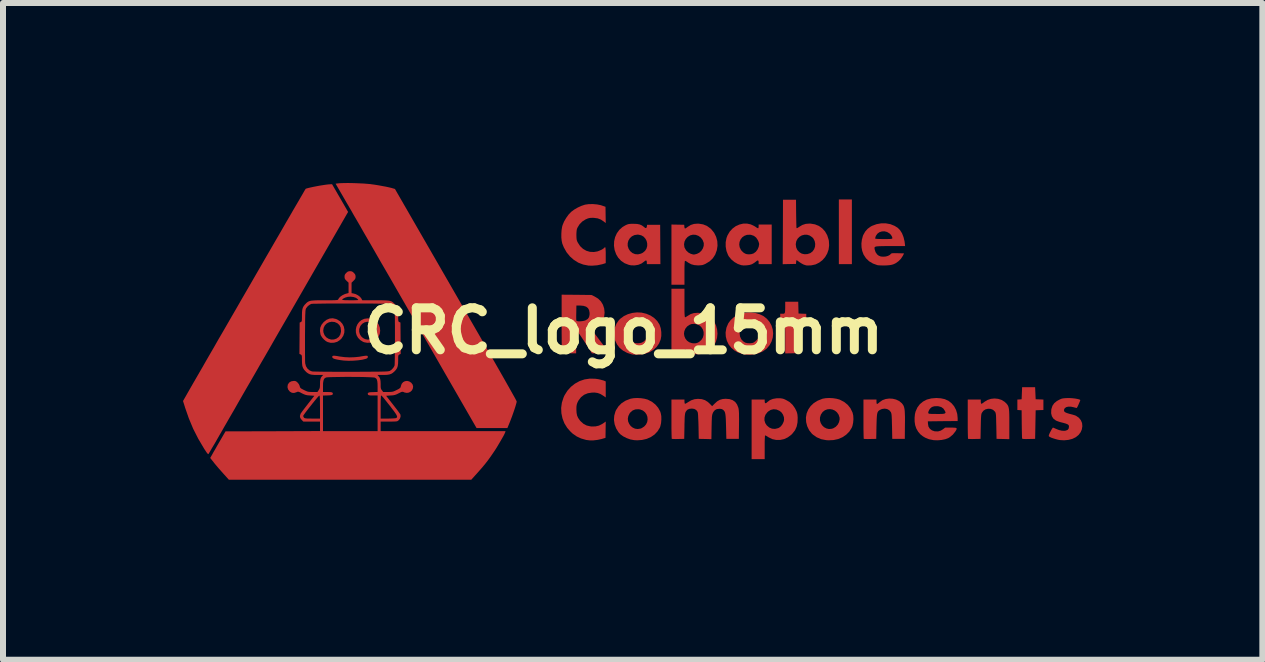
<source format=kicad_pcb>
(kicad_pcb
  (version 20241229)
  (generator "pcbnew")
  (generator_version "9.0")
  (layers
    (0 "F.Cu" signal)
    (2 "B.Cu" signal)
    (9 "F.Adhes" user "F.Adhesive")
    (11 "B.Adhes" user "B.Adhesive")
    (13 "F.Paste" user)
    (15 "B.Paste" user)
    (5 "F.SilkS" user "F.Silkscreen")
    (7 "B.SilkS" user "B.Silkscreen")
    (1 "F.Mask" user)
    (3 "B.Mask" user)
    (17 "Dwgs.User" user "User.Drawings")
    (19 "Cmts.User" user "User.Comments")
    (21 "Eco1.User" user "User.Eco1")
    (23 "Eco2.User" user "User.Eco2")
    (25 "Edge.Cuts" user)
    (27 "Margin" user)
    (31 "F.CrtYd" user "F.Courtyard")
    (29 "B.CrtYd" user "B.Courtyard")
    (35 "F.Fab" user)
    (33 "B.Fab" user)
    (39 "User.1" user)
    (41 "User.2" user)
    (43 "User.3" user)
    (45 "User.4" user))
  (footprint "CRC_logo_15mm"
    (layer "F.Cu")
    (at 7.378 2.464)
    (property "Reference" "CRC_logo_15mm" (at -0.04 0 180) (layer "F.SilkS") (effects (font (size 0.7 0.7) (thickness 0.15))))
    (attr through_hole)
    (fp_poly (pts (xy 3.769 -1.112) (xy 3.552 -1.112) (xy 3.552 -2.19) (xy 3.769 -2.19) (xy 3.769 -1.112)) (stroke (width 0.000313) (type solid)) (fill yes) (layer "F.Cu"))
    (fp_poly (pts (xy 6.832 1.14) (xy 6.896 1.142) (xy 6.961 1.145) (xy 6.961 1.319) (xy 6.896 1.321) (xy 6.832 1.324) (xy 6.823 1.8) (xy 6.717 1.802) (xy 6.67 1.803) (xy 6.637 1.802) (xy 6.617 1.8) (xy 6.607 1.796) (xy 6.606 1.794) (xy 6.605 1.783) (xy 6.604 1.758) (xy 6.603 1.72) (xy 6.602 1.673) (xy 6.601 1.618) (xy 6.6 1.557) (xy 6.6 1.554) (xy 6.598 1.324) (xy 6.562 1.321) (xy 6.527 1.319) (xy 6.527 1.145) (xy 6.562 1.143) (xy 6.598 1.14) (xy 6.602 1.04) (xy 6.606 0.939) (xy 6.823 0.939) (xy 6.832 1.14)) (stroke (width 0.000313) (type solid)) (fill yes) (layer "F.Cu"))
    (fp_poly (pts (xy -4.847 0.415) (xy -4.813 0.419) (xy -4.765 0.428) (xy -4.762 0.428) (xy -4.684 0.438) (xy -4.6 0.442) (xy -4.515 0.439) (xy -4.437 0.431) (xy -4.423 0.428) (xy -4.375 0.42) (xy -4.341 0.415) (xy -4.318 0.414) (xy -4.305 0.417) (xy -4.299 0.424) (xy -4.298 0.434) (xy -4.301 0.449) (xy -4.313 0.459) (xy -4.331 0.466) (xy -4.39 0.481) (xy -4.462 0.491) (xy -4.54 0.497) (xy -4.62 0.499) (xy -4.698 0.495) (xy -4.753 0.488) (xy -4.806 0.479) (xy -4.845 0.47) (xy -4.87 0.461) (xy -4.885 0.45) (xy -4.891 0.438) (xy -4.891 0.434) (xy -4.889 0.423) (xy -4.883 0.417) (xy -4.87 0.414) (xy -4.847 0.415)) (stroke (width 0.000313) (type solid)) (fill yes) (layer "F.Cu"))
    (fp_poly (pts (xy 2.88 -0.289) (xy 2.944 -0.286) (xy 3.009 -0.284) (xy 3.009 -0.109) (xy 2.953 -0.109) (xy 2.923 -0.108) (xy 2.898 -0.106) (xy 2.886 -0.102) (xy 2.883 -0.096) (xy 2.88 -0.079) (xy 2.878 -0.052) (xy 2.876 -0.012) (xy 2.875 0.041) (xy 2.874 0.109) (xy 2.874 0.138) (xy 2.871 0.371) (xy 2.765 0.374) (xy 2.658 0.376) (xy 2.658 0.147) (xy 2.658 0.075) (xy 2.658 0.018) (xy 2.657 -0.026) (xy 2.654 -0.059) (xy 2.65 -0.081) (xy 2.645 -0.096) (xy 2.637 -0.104) (xy 2.626 -0.108) (xy 2.612 -0.109) (xy 2.603 -0.109) (xy 2.575 -0.109) (xy 2.575 -0.285) (xy 2.611 -0.285) (xy 2.63 -0.285) (xy 2.642 -0.289) (xy 2.651 -0.299) (xy 2.655 -0.318) (xy 2.657 -0.347) (xy 2.658 -0.389) (xy 2.658 -0.404) (xy 2.658 -0.485) (xy 2.875 -0.485) (xy 2.88 -0.289)) (stroke (width 0.000313) (type solid)) (fill yes) (layer "F.Cu"))
    (fp_poly (pts (xy -4.828 -0.198) (xy -4.807 -0.189) (xy -4.758 -0.158) (xy -4.722 -0.118) (xy -4.698 -0.071) (xy -4.688 -0.02) (xy -4.69 0.031) (xy -4.707 0.082) (xy -4.737 0.128) (xy -4.762 0.152) (xy -4.809 0.183) (xy -4.863 0.198) (xy -4.92 0.199) (xy -4.966 0.187) (xy -4.997 0.171) (xy -5.029 0.144) (xy -5.058 0.112) (xy -5.079 0.079) (xy -5.086 0.062) (xy -5.096 0.001) (xy -5.095 -0.006) (xy -5.041 -0.006) (xy -5.037 0.028) (xy -5.019 0.073) (xy -4.99 0.108) (xy -4.952 0.132) (xy -4.908 0.145) (xy -4.862 0.143) (xy -4.82 0.129) (xy -4.782 0.101) (xy -4.757 0.062) (xy -4.745 0.014) (xy -4.745 -0.005) (xy -4.751 -0.056) (xy -4.772 -0.097) (xy -4.805 -0.127) (xy -4.85 -0.147) (xy -4.9 -0.152) (xy -4.945 -0.143) (xy -4.984 -0.122) (xy -5.014 -0.091) (xy -5.034 -0.051) (xy -5.041 -0.006) (xy -5.095 -0.006) (xy -5.091 -0.053) (xy -5.069 -0.103) (xy -5.033 -0.147) (xy -4.986 -0.184) (xy -4.936 -0.205) (xy -4.883 -0.21) (xy -4.828 -0.198)) (stroke (width 0.000313) (type solid)) (fill yes) (layer "F.Cu"))
    (fp_poly (pts (xy -4.281 -0.207) (xy -4.232 -0.199) (xy -4.192 -0.182) (xy -4.156 -0.154) (xy -4.151 -0.149) (xy -4.117 -0.105) (xy -4.098 -0.055) (xy -4.092 -0.003) (xy -4.099 0.049) (xy -4.119 0.097) (xy -4.151 0.14) (xy -4.194 0.174) (xy -4.214 0.184) (xy -4.259 0.197) (xy -4.309 0.199) (xy -4.358 0.19) (xy -4.377 0.183) (xy -4.425 0.153) (xy -4.461 0.116) (xy -4.485 0.073) (xy -4.497 0.027) (xy -4.497 0.014) (xy -4.442 0.014) (xy -4.431 0.055) (xy -4.409 0.091) (xy -4.379 0.119) (xy -4.342 0.138) (xy -4.3 0.146) (xy -4.255 0.14) (xy -4.226 0.129) (xy -4.194 0.105) (xy -4.167 0.07) (xy -4.149 0.031) (xy -4.143 -0.005) (xy -4.148 -0.035) (xy -4.162 -0.07) (xy -4.181 -0.1) (xy -4.187 -0.108) (xy -4.224 -0.136) (xy -4.266 -0.15) (xy -4.31 -0.152) (xy -4.353 -0.141) (xy -4.391 -0.118) (xy -4.421 -0.083) (xy -4.424 -0.076) (xy -4.441 -0.031) (xy -4.442 0.014) (xy -4.497 0.014) (xy -4.498 -0.021) (xy -4.489 -0.068) (xy -4.47 -0.111) (xy -4.442 -0.149) (xy -4.405 -0.179) (xy -4.359 -0.2) (xy -4.306 -0.208) (xy -4.281 -0.207)) (stroke (width 0.000313) (type solid)) (fill yes) (layer "F.Cu"))
    (fp_poly (pts (xy -0.508 0.798) (xy -0.458 0.805) (xy -0.422 0.813) (xy -0.389 0.822) (xy -0.364 0.829) (xy -0.36 0.831) (xy -0.333 0.843) (xy -0.333 1.11) (xy -0.379 1.078) (xy -0.424 1.051) (xy -0.469 1.035) (xy -0.519 1.028) (xy -0.564 1.029) (xy -0.633 1.04) (xy -0.693 1.065) (xy -0.744 1.104) (xy -0.784 1.156) (xy -0.8 1.185) (xy -0.81 1.21) (xy -0.817 1.234) (xy -0.821 1.262) (xy -0.822 1.298) (xy -0.822 1.311) (xy -0.819 1.368) (xy -0.81 1.413) (xy -0.792 1.452) (xy -0.765 1.491) (xy -0.75 1.508) (xy -0.703 1.55) (xy -0.651 1.577) (xy -0.591 1.591) (xy -0.566 1.594) (xy -0.502 1.592) (xy -0.446 1.579) (xy -0.391 1.551) (xy -0.374 1.54) (xy -0.333 1.511) (xy -0.335 1.647) (xy -0.337 1.783) (xy -0.404 1.803) (xy -0.469 1.817) (xy -0.537 1.825) (xy -0.602 1.825) (xy -0.659 1.818) (xy -0.663 1.817) (xy -0.745 1.793) (xy -0.816 1.76) (xy -0.88 1.716) (xy -0.915 1.685) (xy -0.975 1.617) (xy -1.022 1.541) (xy -1.054 1.459) (xy -1.072 1.373) (xy -1.076 1.285) (xy -1.064 1.196) (xy -1.036 1.11) (xy -1.021 1.076) (xy -0.973 0.999) (xy -0.914 0.933) (xy -0.845 0.879) (xy -0.769 0.837) (xy -0.686 0.809) (xy -0.598 0.796) (xy -0.508 0.798)) (stroke (width 0.000313) (type solid)) (fill yes) (layer "F.Cu"))
    (fp_poly (pts (xy 2.164 -0.297) (xy 2.232 -0.277) (xy 2.299 -0.244) (xy 2.354 -0.2) (xy 2.398 -0.147) (xy 2.43 -0.088) (xy 2.45 -0.024) (xy 2.457 0.043) (xy 2.451 0.11) (xy 2.431 0.176) (xy 2.398 0.238) (xy 2.35 0.295) (xy 2.344 0.3) (xy 2.289 0.34) (xy 2.223 0.371) (xy 2.15 0.39) (xy 2.072 0.399) (xy 1.993 0.395) (xy 1.951 0.388) (xy 1.878 0.364) (xy 1.813 0.328) (xy 1.759 0.282) (xy 1.715 0.226) (xy 1.685 0.163) (xy 1.668 0.095) (xy 1.665 0.041) (xy 1.898 0.041) (xy 1.905 0.094) (xy 1.926 0.14) (xy 1.96 0.176) (xy 1.994 0.197) (xy 2.028 0.205) (xy 2.069 0.207) (xy 2.108 0.203) (xy 2.126 0.197) (xy 2.155 0.178) (xy 2.184 0.151) (xy 2.207 0.121) (xy 2.215 0.105) (xy 2.223 0.063) (xy 2.221 0.016) (xy 2.208 -0.028) (xy 2.204 -0.035) (xy 2.175 -0.075) (xy 2.139 -0.103) (xy 2.098 -0.118) (xy 2.055 -0.121) (xy 2.012 -0.114) (xy 1.973 -0.096) (xy 1.939 -0.069) (xy 1.914 -0.032) (xy 1.9 0.013) (xy 1.898 0.041) (xy 1.665 0.041) (xy 1.665 0.024) (xy 1.678 -0.05) (xy 1.681 -0.06) (xy 1.709 -0.125) (xy 1.75 -0.181) (xy 1.803 -0.228) (xy 1.864 -0.265) (xy 1.933 -0.291) (xy 2.007 -0.305) (xy 2.085 -0.308) (xy 2.164 -0.297)) (stroke (width 0.000313) (type solid)) (fill yes) (layer "F.Cu"))
    (fp_poly (pts (xy 3.453 1.122) (xy 3.512 1.131) (xy 3.563 1.145) (xy 3.568 1.147) (xy 3.641 1.185) (xy 3.7 1.233) (xy 3.746 1.291) (xy 3.779 1.359) (xy 3.78 1.36) (xy 3.792 1.412) (xy 3.795 1.471) (xy 3.79 1.531) (xy 3.778 1.586) (xy 3.767 1.614) (xy 3.727 1.678) (xy 3.674 1.731) (xy 3.612 1.773) (xy 3.54 1.803) (xy 3.462 1.82) (xy 3.377 1.824) (xy 3.339 1.821) (xy 3.257 1.805) (xy 3.184 1.774) (xy 3.121 1.73) (xy 3.102 1.713) (xy 3.056 1.655) (xy 3.024 1.588) (xy 3.007 1.521) (xy 3.003 1.446) (xy 3.237 1.446) (xy 3.237 1.493) (xy 3.25 1.536) (xy 3.273 1.574) (xy 3.305 1.605) (xy 3.344 1.626) (xy 3.387 1.636) (xy 3.433 1.632) (xy 3.459 1.624) (xy 3.5 1.599) (xy 3.533 1.564) (xy 3.555 1.521) (xy 3.565 1.476) (xy 3.564 1.445) (xy 3.548 1.397) (xy 3.521 1.358) (xy 3.486 1.329) (xy 3.446 1.311) (xy 3.403 1.304) (xy 3.359 1.308) (xy 3.318 1.324) (xy 3.282 1.352) (xy 3.254 1.393) (xy 3.251 1.399) (xy 3.237 1.446) (xy 3.003 1.446) (xy 3.015 1.376) (xy 3.042 1.311) (xy 3.082 1.253) (xy 3.135 1.203) (xy 3.2 1.163) (xy 3.276 1.133) (xy 3.28 1.131) (xy 3.331 1.122) (xy 3.39 1.119) (xy 3.453 1.122)) (stroke (width 0.000313) (type solid)) (fill yes) (layer "F.Cu"))
    (fp_poly (pts (xy 0.253 1.122) (xy 0.313 1.131) (xy 0.364 1.145) (xy 0.369 1.147) (xy 0.437 1.182) (xy 0.495 1.228) (xy 0.541 1.282) (xy 0.574 1.342) (xy 0.583 1.369) (xy 0.593 1.42) (xy 0.594 1.478) (xy 0.589 1.537) (xy 0.577 1.59) (xy 0.568 1.614) (xy 0.53 1.675) (xy 0.481 1.727) (xy 0.42 1.769) (xy 0.35 1.8) (xy 0.273 1.818) (xy 0.191 1.824) (xy 0.139 1.821) (xy 0.076 1.809) (xy 0.015 1.787) (xy -0.042 1.758) (xy -0.089 1.724) (xy -0.118 1.693) (xy -0.159 1.627) (xy -0.185 1.557) (xy -0.196 1.485) (xy -0.195 1.465) (xy 0.035 1.465) (xy 0.04 1.509) (xy 0.057 1.549) (xy 0.082 1.585) (xy 0.116 1.612) (xy 0.155 1.63) (xy 0.199 1.636) (xy 0.246 1.629) (xy 0.265 1.622) (xy 0.308 1.594) (xy 0.339 1.559) (xy 0.358 1.519) (xy 0.365 1.476) (xy 0.361 1.432) (xy 0.346 1.392) (xy 0.321 1.356) (xy 0.286 1.328) (xy 0.241 1.31) (xy 0.213 1.306) (xy 0.16 1.309) (xy 0.115 1.327) (xy 0.076 1.361) (xy 0.065 1.376) (xy 0.043 1.42) (xy 0.035 1.465) (xy -0.195 1.465) (xy -0.191 1.412) (xy -0.171 1.342) (xy -0.161 1.32) (xy -0.12 1.257) (xy -0.068 1.205) (xy -0.002 1.163) (xy 0.075 1.133) (xy 0.08 1.131) (xy 0.131 1.122) (xy 0.19 1.119) (xy 0.253 1.122)) (stroke (width 0.000313) (type solid)) (fill yes) (layer "F.Cu"))
    (fp_poly (pts (xy -4.567 -2.463) (xy -4.498 -2.461) (xy -4.429 -2.458) (xy -4.363 -2.455) (xy -4.304 -2.45) (xy -4.255 -2.446) (xy -4.244 -2.444) (xy -4.185 -2.436) (xy -4.122 -2.426) (xy -4.058 -2.414) (xy -3.997 -2.403) (xy -3.943 -2.391) (xy -3.9 -2.381) (xy -3.888 -2.377) (xy -3.846 -2.365) (xy -2.831 -0.604) (xy -2.712 -0.398) (xy -2.601 -0.204) (xy -2.496 -0.022) (xy -2.398 0.148) (xy -2.308 0.306) (xy -2.225 0.451) (xy -2.149 0.584) (xy -2.081 0.703) (xy -2.02 0.81) (xy -1.967 0.904) (xy -1.922 0.984) (xy -1.885 1.05) (xy -1.855 1.103) (xy -1.834 1.142) (xy -1.821 1.167) (xy -1.817 1.177) (xy -1.817 1.178) (xy -1.82 1.196) (xy -1.829 1.228) (xy -1.841 1.269) (xy -1.857 1.318) (xy -1.875 1.37) (xy -1.894 1.424) (xy -1.914 1.476) (xy -1.93 1.518) (xy -1.972 1.62) (xy -2.486 1.62) (xy -3.464 -0.078) (xy -3.557 -0.239) (xy -3.649 -0.398) (xy -3.74 -0.556) (xy -3.829 -0.711) (xy -3.916 -0.862) (xy -4.001 -1.009) (xy -4.083 -1.15) (xy -4.161 -1.286) (xy -4.235 -1.415) (xy -4.305 -1.536) (xy -4.37 -1.648) (xy -4.429 -1.752) (xy -4.483 -1.845) (xy -4.531 -1.927) (xy -4.571 -1.998) (xy -4.605 -2.056) (xy -4.631 -2.101) (xy -4.639 -2.114) (xy -4.835 -2.453) (xy -4.775 -2.46) (xy -4.74 -2.462) (xy -4.691 -2.463) (xy -4.632 -2.464) (xy -4.567 -2.463)) (stroke (width 0.000313) (type solid)) (fill yes) (layer "F.Cu"))
    (fp_poly (pts (xy 0.188 -1.782) (xy 0.233 -1.773) (xy 0.27 -1.757) (xy 0.304 -1.732) (xy 0.306 -1.73) (xy 0.327 -1.714) (xy 0.341 -1.714) (xy 0.35 -1.728) (xy 0.352 -1.738) (xy 0.356 -1.768) (xy 0.574 -1.768) (xy 0.576 -1.44) (xy 0.578 -1.112) (xy 0.352 -1.112) (xy 0.352 -1.14) (xy 0.349 -1.165) (xy 0.34 -1.174) (xy 0.324 -1.168) (xy 0.308 -1.155) (xy 0.264 -1.123) (xy 0.21 -1.101) (xy 0.151 -1.091) (xy 0.09 -1.092) (xy 0.052 -1.1) (xy -0.018 -1.127) (xy -0.078 -1.168) (xy -0.126 -1.22) (xy -0.159 -1.275) (xy -0.185 -1.347) (xy -0.196 -1.421) (xy -0.194 -1.461) (xy 0.033 -1.461) (xy 0.033 -1.415) (xy 0.048 -1.369) (xy 0.073 -1.33) (xy 0.112 -1.297) (xy 0.156 -1.279) (xy 0.204 -1.275) (xy 0.254 -1.287) (xy 0.285 -1.302) (xy 0.322 -1.333) (xy 0.346 -1.371) (xy 0.358 -1.413) (xy 0.358 -1.457) (xy 0.348 -1.499) (xy 0.327 -1.538) (xy 0.298 -1.57) (xy 0.26 -1.592) (xy 0.214 -1.603) (xy 0.196 -1.604) (xy 0.145 -1.596) (xy 0.102 -1.575) (xy 0.069 -1.544) (xy 0.045 -1.505) (xy 0.033 -1.461) (xy -0.194 -1.461) (xy -0.193 -1.493) (xy -0.177 -1.562) (xy -0.148 -1.626) (xy -0.107 -1.683) (xy -0.054 -1.73) (xy -0.009 -1.757) (xy 0.018 -1.77) (xy 0.041 -1.778) (xy 0.064 -1.782) (xy 0.093 -1.784) (xy 0.131 -1.784) (xy 0.188 -1.782)) (stroke (width 0.000313) (type solid)) (fill yes) (layer "F.Cu"))
    (fp_poly (pts (xy 0.267 -0.304) (xy 0.268 -0.303) (xy 0.344 -0.285) (xy 0.414 -0.255) (xy 0.475 -0.214) (xy 0.526 -0.163) (xy 0.563 -0.105) (xy 0.566 -0.098) (xy 0.584 -0.042) (xy 0.593 0.021) (xy 0.593 0.085) (xy 0.583 0.143) (xy 0.555 0.211) (xy 0.514 0.269) (xy 0.46 0.318) (xy 0.396 0.356) (xy 0.323 0.382) (xy 0.24 0.395) (xy 0.219 0.396) (xy 0.18 0.397) (xy 0.143 0.396) (xy 0.114 0.394) (xy 0.106 0.393) (xy 0.026 0.368) (xy -0.043 0.331) (xy -0.101 0.284) (xy -0.145 0.226) (xy -0.177 0.159) (xy -0.195 0.084) (xy -0.195 0.081) (xy -0.195 0.07) (xy 0.037 0.07) (xy 0.051 0.116) (xy 0.08 0.157) (xy 0.122 0.19) (xy 0.131 0.194) (xy 0.164 0.205) (xy 0.204 0.207) (xy 0.245 0.202) (xy 0.267 0.196) (xy 0.303 0.176) (xy 0.329 0.149) (xy 0.344 0.125) (xy 0.362 0.078) (xy 0.366 0.034) (xy 0.36 0.003) (xy 0.34 -0.044) (xy 0.309 -0.08) (xy 0.272 -0.105) (xy 0.229 -0.118) (xy 0.185 -0.12) (xy 0.142 -0.11) (xy 0.103 -0.088) (xy 0.069 -0.053) (xy 0.055 -0.03) (xy 0.038 0.02) (xy 0.037 0.07) (xy -0.195 0.07) (xy -0.196 0.012) (xy -0.181 -0.057) (xy -0.153 -0.122) (xy -0.113 -0.18) (xy -0.088 -0.204) (xy -0.031 -0.246) (xy 0.036 -0.278) (xy 0.111 -0.299) (xy 0.189 -0.308) (xy 0.267 -0.304)) (stroke (width 0.000313) (type solid)) (fill yes) (layer "F.Cu"))
    (fp_poly (pts (xy 4.449 1.131) (xy 4.506 1.145) (xy 4.558 1.17) (xy 4.6 1.205) (xy 4.61 1.217) (xy 4.623 1.235) (xy 4.633 1.254) (xy 4.64 1.276) (xy 4.646 1.303) (xy 4.65 1.337) (xy 4.652 1.381) (xy 4.654 1.435) (xy 4.654 1.502) (xy 4.653 1.57) (xy 4.651 1.8) (xy 4.442 1.8) (xy 4.438 1.591) (xy 4.436 1.525) (xy 4.435 1.473) (xy 4.433 1.434) (xy 4.431 1.404) (xy 4.428 1.383) (xy 4.424 1.368) (xy 4.42 1.357) (xy 4.419 1.355) (xy 4.393 1.323) (xy 4.357 1.303) (xy 4.316 1.296) (xy 4.273 1.302) (xy 4.252 1.31) (xy 4.233 1.32) (xy 4.217 1.331) (xy 4.205 1.344) (xy 4.196 1.362) (xy 4.19 1.386) (xy 4.186 1.418) (xy 4.183 1.462) (xy 4.181 1.518) (xy 4.179 1.588) (xy 4.179 1.591) (xy 4.175 1.8) (xy 4.074 1.802) (xy 4.035 1.803) (xy 4.001 1.802) (xy 3.978 1.801) (xy 3.968 1.799) (xy 3.967 1.799) (xy 3.966 1.79) (xy 3.965 1.765) (xy 3.964 1.728) (xy 3.963 1.68) (xy 3.962 1.622) (xy 3.962 1.556) (xy 3.962 1.485) (xy 3.962 1.469) (xy 3.962 1.144) (xy 4.179 1.144) (xy 4.179 1.182) (xy 4.181 1.206) (xy 4.186 1.218) (xy 4.188 1.219) (xy 4.199 1.214) (xy 4.218 1.2) (xy 4.234 1.186) (xy 4.279 1.155) (xy 4.332 1.136) (xy 4.39 1.128) (xy 4.449 1.131)) (stroke (width 0.000313) (type solid)) (fill yes) (layer "F.Cu"))
    (fp_poly (pts (xy 6.207 1.133) (xy 6.264 1.151) (xy 6.314 1.182) (xy 6.345 1.211) (xy 6.358 1.227) (xy 6.368 1.242) (xy 6.376 1.26) (xy 6.382 1.281) (xy 6.387 1.308) (xy 6.39 1.342) (xy 6.392 1.387) (xy 6.393 1.443) (xy 6.393 1.512) (xy 6.393 1.557) (xy 6.393 1.805) (xy 6.287 1.802) (xy 6.18 1.8) (xy 6.176 1.586) (xy 6.174 1.52) (xy 6.173 1.468) (xy 6.172 1.43) (xy 6.17 1.401) (xy 6.167 1.381) (xy 6.164 1.367) (xy 6.16 1.357) (xy 6.155 1.348) (xy 6.154 1.347) (xy 6.122 1.316) (xy 6.082 1.3) (xy 6.038 1.298) (xy 5.995 1.309) (xy 5.961 1.331) (xy 5.938 1.362) (xy 5.932 1.373) (xy 5.928 1.385) (xy 5.925 1.401) (xy 5.923 1.423) (xy 5.921 1.455) (xy 5.919 1.496) (xy 5.918 1.551) (xy 5.917 1.595) (xy 5.913 1.8) (xy 5.812 1.802) (xy 5.772 1.803) (xy 5.739 1.802) (xy 5.716 1.801) (xy 5.705 1.799) (xy 5.704 1.79) (xy 5.703 1.765) (xy 5.702 1.728) (xy 5.701 1.68) (xy 5.7 1.622) (xy 5.7 1.556) (xy 5.7 1.485) (xy 5.7 1.469) (xy 5.7 1.144) (xy 5.917 1.144) (xy 5.917 1.177) (xy 5.919 1.199) (xy 5.923 1.213) (xy 5.925 1.215) (xy 5.935 1.213) (xy 5.954 1.202) (xy 5.977 1.184) (xy 5.978 1.183) (xy 6.029 1.152) (xy 6.086 1.133) (xy 6.147 1.127) (xy 6.207 1.133)) (stroke (width 0.000313) (type solid)) (fill yes) (layer "F.Cu"))
    (fp_poly (pts (xy 2.085 -1.774) (xy 2.145 -1.745) (xy 2.161 -1.735) (xy 2.183 -1.72) (xy 2.201 -1.711) (xy 2.209 -1.71) (xy 2.213 -1.721) (xy 2.215 -1.74) (xy 2.215 -1.743) (xy 2.215 -1.772) (xy 2.433 -1.772) (xy 2.433 -1.112) (xy 2.215 -1.112) (xy 2.215 -1.14) (xy 2.213 -1.164) (xy 2.204 -1.174) (xy 2.188 -1.169) (xy 2.168 -1.153) (xy 2.14 -1.132) (xy 2.109 -1.114) (xy 2.101 -1.11) (xy 2.062 -1.098) (xy 2.015 -1.092) (xy 1.966 -1.09) (xy 1.925 -1.095) (xy 1.868 -1.115) (xy 1.812 -1.147) (xy 1.761 -1.189) (xy 1.721 -1.237) (xy 1.706 -1.262) (xy 1.679 -1.331) (xy 1.666 -1.404) (xy 1.666 -1.438) (xy 1.892 -1.438) (xy 1.899 -1.393) (xy 1.92 -1.35) (xy 1.933 -1.333) (xy 1.962 -1.305) (xy 1.991 -1.287) (xy 2.019 -1.278) (xy 2.054 -1.275) (xy 2.094 -1.279) (xy 2.129 -1.29) (xy 2.133 -1.292) (xy 2.168 -1.318) (xy 2.197 -1.356) (xy 2.216 -1.4) (xy 2.224 -1.446) (xy 2.22 -1.466) (xy 2.211 -1.492) (xy 2.202 -1.512) (xy 2.173 -1.555) (xy 2.135 -1.584) (xy 2.088 -1.6) (xy 2.071 -1.602) (xy 2.021 -1.6) (xy 1.977 -1.584) (xy 1.941 -1.558) (xy 1.914 -1.523) (xy 1.897 -1.482) (xy 1.892 -1.438) (xy 1.666 -1.438) (xy 1.666 -1.478) (xy 1.68 -1.549) (xy 1.696 -1.591) (xy 1.733 -1.654) (xy 1.78 -1.705) (xy 1.834 -1.745) (xy 1.894 -1.772) (xy 1.957 -1.787) (xy 2.021 -1.788) (xy 2.085 -1.774)) (stroke (width 0.000313) (type solid)) (fill yes) (layer "F.Cu"))
    (fp_poly (pts (xy -0.477 -2.107) (xy -0.412 -2.094) (xy -0.396 -2.088) (xy -0.337 -2.068) (xy -0.335 -1.932) (xy -0.333 -1.796) (xy -0.364 -1.821) (xy -0.415 -1.855) (xy -0.468 -1.875) (xy -0.528 -1.883) (xy -0.547 -1.884) (xy -0.584 -1.883) (xy -0.612 -1.879) (xy -0.638 -1.871) (xy -0.669 -1.857) (xy -0.67 -1.857) (xy -0.726 -1.821) (xy -0.771 -1.774) (xy -0.802 -1.723) (xy -0.812 -1.701) (xy -0.817 -1.679) (xy -0.82 -1.651) (xy -0.822 -1.613) (xy -0.822 -1.601) (xy -0.821 -1.56) (xy -0.819 -1.532) (xy -0.815 -1.51) (xy -0.807 -1.488) (xy -0.797 -1.469) (xy -0.76 -1.412) (xy -0.712 -1.367) (xy -0.657 -1.335) (xy -0.596 -1.317) (xy -0.531 -1.314) (xy -0.471 -1.324) (xy -0.437 -1.337) (xy -0.403 -1.352) (xy -0.375 -1.369) (xy -0.357 -1.384) (xy -0.354 -1.387) (xy -0.347 -1.396) (xy -0.341 -1.393) (xy -0.337 -1.378) (xy -0.335 -1.35) (xy -0.333 -1.308) (xy -0.333 -1.262) (xy -0.333 -1.129) (xy -0.389 -1.111) (xy -0.473 -1.093) (xy -0.561 -1.086) (xy -0.621 -1.088) (xy -0.708 -1.105) (xy -0.789 -1.136) (xy -0.863 -1.182) (xy -0.929 -1.24) (xy -0.986 -1.31) (xy -1.032 -1.392) (xy -1.057 -1.454) (xy -1.067 -1.5) (xy -1.073 -1.556) (xy -1.073 -1.618) (xy -1.069 -1.679) (xy -1.06 -1.735) (xy -1.052 -1.763) (xy -1.027 -1.823) (xy -0.991 -1.884) (xy -0.95 -1.941) (xy -0.907 -1.985) (xy -0.857 -2.022) (xy -0.798 -2.056) (xy -0.736 -2.084) (xy -0.679 -2.103) (xy -0.617 -2.112) (xy -0.547 -2.113) (xy -0.477 -2.107)) (stroke (width 0.000313) (type solid)) (fill yes) (layer "F.Cu"))
    (fp_poly (pts (xy 2.58 1.124) (xy 2.609 1.128) (xy 2.635 1.135) (xy 2.665 1.149) (xy 2.668 1.15) (xy 2.731 1.186) (xy 2.78 1.232) (xy 2.82 1.288) (xy 2.831 1.309) (xy 2.847 1.342) (xy 2.856 1.369) (xy 2.862 1.398) (xy 2.865 1.433) (xy 2.866 1.449) (xy 2.863 1.527) (xy 2.849 1.595) (xy 2.822 1.656) (xy 2.78 1.71) (xy 2.758 1.733) (xy 2.701 1.775) (xy 2.639 1.804) (xy 2.573 1.818) (xy 2.507 1.818) (xy 2.442 1.804) (xy 2.381 1.774) (xy 2.376 1.771) (xy 2.352 1.755) (xy 2.332 1.745) (xy 2.322 1.743) (xy 2.32 1.752) (xy 2.319 1.775) (xy 2.317 1.811) (xy 2.316 1.856) (xy 2.316 1.908) (xy 2.316 1.943) (xy 2.316 2.138) (xy 2.098 2.138) (xy 2.098 1.492) (xy 2.312 1.492) (xy 2.326 1.538) (xy 2.351 1.576) (xy 2.392 1.611) (xy 2.438 1.63) (xy 2.488 1.634) (xy 2.538 1.622) (xy 2.555 1.615) (xy 2.586 1.591) (xy 2.613 1.555) (xy 2.632 1.514) (xy 2.639 1.483) (xy 2.637 1.44) (xy 2.621 1.396) (xy 2.595 1.358) (xy 2.564 1.333) (xy 2.513 1.311) (xy 2.464 1.306) (xy 2.417 1.317) (xy 2.374 1.344) (xy 2.361 1.356) (xy 2.329 1.398) (xy 2.313 1.444) (xy 2.312 1.492) (xy 2.098 1.492) (xy 2.098 1.144) (xy 2.316 1.144) (xy 2.316 1.173) (xy 2.319 1.197) (xy 2.328 1.207) (xy 2.344 1.201) (xy 2.36 1.187) (xy 2.403 1.154) (xy 2.453 1.134) (xy 2.512 1.124) (xy 2.541 1.123) (xy 2.58 1.124)) (stroke (width 0.000313) (type solid)) (fill yes) (layer "F.Cu"))
    (fp_poly (pts (xy 2.84 -1.956) (xy 2.841 -1.895) (xy 2.842 -1.839) (xy 2.843 -1.791) (xy 2.844 -1.753) (xy 2.845 -1.727) (xy 2.846 -1.715) (xy 2.853 -1.711) (xy 2.868 -1.718) (xy 2.89 -1.733) (xy 2.944 -1.765) (xy 3 -1.783) (xy 3.064 -1.788) (xy 3.083 -1.787) (xy 3.154 -1.775) (xy 3.219 -1.749) (xy 3.275 -1.709) (xy 3.322 -1.657) (xy 3.358 -1.594) (xy 3.381 -1.522) (xy 3.386 -1.499) (xy 3.39 -1.425) (xy 3.381 -1.355) (xy 3.358 -1.289) (xy 3.323 -1.229) (xy 3.278 -1.178) (xy 3.224 -1.137) (xy 3.163 -1.107) (xy 3.095 -1.092) (xy 3.079 -1.091) (xy 3.047 -1.09) (xy 3.02 -1.09) (xy 3.005 -1.092) (xy 2.962 -1.106) (xy 2.922 -1.128) (xy 2.895 -1.146) (xy 2.872 -1.163) (xy 2.855 -1.175) (xy 2.847 -1.179) (xy 2.844 -1.171) (xy 2.841 -1.153) (xy 2.84 -1.147) (xy 2.838 -1.116) (xy 2.616 -1.111) (xy 2.618 -1.441) (xy 2.834 -1.441) (xy 2.841 -1.39) (xy 2.861 -1.346) (xy 2.893 -1.312) (xy 2.932 -1.288) (xy 2.977 -1.277) (xy 3.026 -1.279) (xy 3.075 -1.295) (xy 3.077 -1.296) (xy 3.114 -1.324) (xy 3.14 -1.361) (xy 3.155 -1.404) (xy 3.158 -1.45) (xy 3.149 -1.496) (xy 3.128 -1.538) (xy 3.108 -1.56) (xy 3.067 -1.588) (xy 3.023 -1.602) (xy 2.978 -1.602) (xy 2.935 -1.591) (xy 2.896 -1.568) (xy 2.865 -1.536) (xy 2.843 -1.495) (xy 2.834 -1.447) (xy 2.834 -1.441) (xy 2.618 -1.441) (xy 2.619 -1.648) (xy 2.621 -2.185) (xy 2.838 -2.185) (xy 2.84 -1.956)) (stroke (width 0.000313) (type solid)) (fill yes) (layer "F.Cu"))
    (fp_poly (pts (xy 0.979 -0.464) (xy 0.979 -0.392) (xy 0.979 -0.336) (xy 0.98 -0.293) (xy 0.982 -0.262) (xy 0.984 -0.242) (xy 0.986 -0.23) (xy 0.989 -0.226) (xy 0.99 -0.226) (xy 1.002 -0.231) (xy 1.022 -0.243) (xy 1.035 -0.251) (xy 1.083 -0.28) (xy 1.135 -0.296) (xy 1.196 -0.301) (xy 1.2 -0.301) (xy 1.266 -0.296) (xy 1.324 -0.28) (xy 1.379 -0.252) (xy 1.385 -0.247) (xy 1.437 -0.203) (xy 1.477 -0.15) (xy 1.506 -0.088) (xy 1.523 -0.022) (xy 1.529 0.047) (xy 1.522 0.116) (xy 1.503 0.182) (xy 1.472 0.244) (xy 1.428 0.298) (xy 1.421 0.304) (xy 1.371 0.344) (xy 1.319 0.371) (xy 1.26 0.386) (xy 1.209 0.39) (xy 1.152 0.389) (xy 1.11 0.382) (xy 1.099 0.379) (xy 1.072 0.366) (xy 1.042 0.346) (xy 1.031 0.338) (xy 1.01 0.321) (xy 0.994 0.311) (xy 0.988 0.309) (xy 0.982 0.316) (xy 0.979 0.335) (xy 0.979 0.342) (xy 0.979 0.375) (xy 0.762 0.375) (xy 0.762 0.048) (xy 0.971 0.048) (xy 0.978 0.09) (xy 0.995 0.13) (xy 1.022 0.164) (xy 1.059 0.19) (xy 1.104 0.205) (xy 1.138 0.208) (xy 1.172 0.206) (xy 1.2 0.197) (xy 1.223 0.184) (xy 1.261 0.151) (xy 1.286 0.111) (xy 1.298 0.066) (xy 1.298 0.02) (xy 1.285 -0.024) (xy 1.259 -0.064) (xy 1.229 -0.09) (xy 1.187 -0.109) (xy 1.14 -0.117) (xy 1.094 -0.113) (xy 1.066 -0.102) (xy 1.023 -0.073) (xy 0.994 -0.036) (xy 0.977 0.005) (xy 0.971 0.048) (xy 0.762 0.048) (xy 0.762 -0.702) (xy 0.979 -0.702) (xy 0.979 -0.464)) (stroke (width 0.000313) (type solid)) (fill yes) (layer "F.Cu"))
    (fp_poly (pts (xy 1.221 -1.786) (xy 1.292 -1.774) (xy 1.356 -1.747) (xy 1.414 -1.705) (xy 1.427 -1.692) (xy 1.474 -1.634) (xy 1.507 -1.567) (xy 1.526 -1.495) (xy 1.53 -1.419) (xy 1.518 -1.342) (xy 1.517 -1.341) (xy 1.491 -1.27) (xy 1.452 -1.21) (xy 1.399 -1.159) (xy 1.333 -1.119) (xy 1.33 -1.117) (xy 1.3 -1.104) (xy 1.274 -1.096) (xy 1.245 -1.093) (xy 1.208 -1.091) (xy 1.205 -1.091) (xy 1.143 -1.096) (xy 1.091 -1.11) (xy 1.043 -1.136) (xy 1.023 -1.15) (xy 1.004 -1.162) (xy 0.99 -1.167) (xy 0.987 -1.166) (xy 0.984 -1.156) (xy 0.982 -1.131) (xy 0.98 -1.091) (xy 0.979 -1.039) (xy 0.979 -0.976) (xy 0.979 -0.965) (xy 0.979 -0.769) (xy 0.762 -0.769) (xy 0.762 -1.443) (xy 0.972 -1.443) (xy 0.978 -1.396) (xy 0.982 -1.385) (xy 1.006 -1.342) (xy 1.042 -1.307) (xy 1.084 -1.284) (xy 1.088 -1.283) (xy 1.115 -1.275) (xy 1.133 -1.272) (xy 1.151 -1.274) (xy 1.174 -1.28) (xy 1.186 -1.283) (xy 1.226 -1.303) (xy 1.261 -1.335) (xy 1.286 -1.374) (xy 1.3 -1.417) (xy 1.301 -1.461) (xy 1.3 -1.466) (xy 1.282 -1.514) (xy 1.252 -1.554) (xy 1.213 -1.583) (xy 1.167 -1.6) (xy 1.12 -1.603) (xy 1.073 -1.591) (xy 1.033 -1.566) (xy 1.001 -1.531) (xy 0.98 -1.489) (xy 0.972 -1.443) (xy 0.762 -1.443) (xy 0.762 -1.772) (xy 0.868 -1.77) (xy 0.975 -1.768) (xy 0.977 -1.736) (xy 0.981 -1.716) (xy 0.987 -1.705) (xy 0.988 -1.705) (xy 0.999 -1.71) (xy 1.018 -1.722) (xy 1.034 -1.734) (xy 1.084 -1.765) (xy 1.138 -1.782) (xy 1.198 -1.787) (xy 1.221 -1.786)) (stroke (width 0.000313) (type solid)) (fill yes) (layer "F.Cu"))
    (fp_poly (pts (xy 5.252 1.124) (xy 5.317 1.138) (xy 5.375 1.164) (xy 5.379 1.166) (xy 5.43 1.206) (xy 5.473 1.257) (xy 5.505 1.318) (xy 5.525 1.385) (xy 5.532 1.455) (xy 5.532 1.503) (xy 5.284 1.505) (xy 5.035 1.508) (xy 5.037 1.547) (xy 5.045 1.594) (xy 5.068 1.631) (xy 5.103 1.658) (xy 5.149 1.674) (xy 5.153 1.674) (xy 5.205 1.676) (xy 5.252 1.662) (xy 5.287 1.64) (xy 5.324 1.612) (xy 5.42 1.612) (xy 5.465 1.613) (xy 5.495 1.615) (xy 5.512 1.621) (xy 5.516 1.631) (xy 5.511 1.648) (xy 5.496 1.673) (xy 5.492 1.679) (xy 5.452 1.729) (xy 5.402 1.771) (xy 5.374 1.788) (xy 5.325 1.806) (xy 5.265 1.818) (xy 5.2 1.824) (xy 5.136 1.822) (xy 5.123 1.82) (xy 5.054 1.806) (xy 4.992 1.781) (xy 4.952 1.757) (xy 4.908 1.722) (xy 4.873 1.68) (xy 4.842 1.626) (xy 4.841 1.622) (xy 4.824 1.572) (xy 4.815 1.513) (xy 4.814 1.45) (xy 4.82 1.388) (xy 4.825 1.368) (xy 5.041 1.368) (xy 5.051 1.38) (xy 5.054 1.381) (xy 5.068 1.382) (xy 5.094 1.384) (xy 5.13 1.385) (xy 5.173 1.385) (xy 5.186 1.386) (xy 5.239 1.385) (xy 5.277 1.384) (xy 5.302 1.381) (xy 5.317 1.377) (xy 5.319 1.375) (xy 5.328 1.367) (xy 5.33 1.358) (xy 5.323 1.342) (xy 5.319 1.333) (xy 5.294 1.295) (xy 5.259 1.27) (xy 5.214 1.257) (xy 5.191 1.255) (xy 5.141 1.257) (xy 5.103 1.269) (xy 5.074 1.294) (xy 5.058 1.316) (xy 5.044 1.348) (xy 5.041 1.368) (xy 4.825 1.368) (xy 4.83 1.346) (xy 4.86 1.278) (xy 4.902 1.222) (xy 4.955 1.178) (xy 5.018 1.145) (xy 5.092 1.126) (xy 5.176 1.119) (xy 5.177 1.119) (xy 5.252 1.124)) (stroke (width 0.000313) (type solid)) (fill yes) (layer "F.Cu"))
    (fp_poly (pts (xy -4.76 -2.213) (xy -4.627 -1.982) (xy -5.56 -0.362) (xy -5.651 -0.204) (xy -5.742 -0.047) (xy -5.832 0.109) (xy -5.92 0.263) (xy -6.007 0.414) (xy -6.092 0.56) (xy -6.173 0.702) (xy -6.251 0.837) (xy -6.326 0.966) (xy -6.396 1.088) (xy -6.461 1.201) (xy -6.52 1.305) (xy -6.574 1.398) (xy -6.622 1.481) (xy -6.662 1.551) (xy -6.696 1.609) (xy -6.719 1.65) (xy -6.762 1.724) (xy -6.802 1.794) (xy -6.839 1.859) (xy -6.873 1.916) (xy -6.902 1.965) (xy -6.925 2.005) (xy -6.942 2.034) (xy -6.952 2.05) (xy -6.954 2.053) (xy -6.96 2.054) (xy -6.97 2.045) (xy -6.985 2.026) (xy -7.006 1.994) (xy -7.023 1.969) (xy -7.123 1.8) (xy -7.209 1.631) (xy -7.282 1.456) (xy -7.346 1.272) (xy -7.347 1.267) (xy -7.378 1.169) (xy -7.358 1.134) (xy -7.342 1.106) (xy -7.319 1.066) (xy -7.289 1.013) (xy -7.253 0.95) (xy -7.211 0.877) (xy -7.163 0.794) (xy -7.11 0.702) (xy -7.052 0.602) (xy -6.991 0.495) (xy -6.925 0.381) (xy -6.856 0.262) (xy -6.785 0.137) (xy -6.71 0.009) (xy -6.634 -0.123) (xy -6.556 -0.258) (xy -6.477 -0.394) (xy -6.398 -0.532) (xy -6.318 -0.67) (xy -6.238 -0.808) (xy -6.159 -0.945) (xy -6.081 -1.08) (xy -6.005 -1.212) (xy -5.93 -1.341) (xy -5.858 -1.466) (xy -5.788 -1.586) (xy -5.722 -1.7) (xy -5.66 -1.808) (xy -5.601 -1.909) (xy -5.548 -2.001) (xy -5.499 -2.085) (xy -5.455 -2.16) (xy -5.418 -2.224) (xy -5.387 -2.277) (xy -5.363 -2.319) (xy -5.346 -2.348) (xy -5.336 -2.364) (xy -5.334 -2.367) (xy -5.319 -2.373) (xy -5.29 -2.381) (xy -5.251 -2.39) (xy -5.205 -2.4) (xy -5.154 -2.41) (xy -5.101 -2.42) (xy -5.05 -2.428) (xy -5.004 -2.435) (xy -4.965 -2.44) (xy -4.942 -2.442) (xy -4.894 -2.444) (xy -4.76 -2.213)) (stroke (width 0.000313) (type solid)) (fill yes) (layer "F.Cu"))
    (fp_poly (pts (xy 7.402 1.12) (xy 7.447 1.123) (xy 7.49 1.128) (xy 7.528 1.135) (xy 7.557 1.142) (xy 7.573 1.15) (xy 7.575 1.153) (xy 7.574 1.162) (xy 7.566 1.182) (xy 7.555 1.208) (xy 7.543 1.236) (xy 7.531 1.261) (xy 7.521 1.279) (xy 7.517 1.285) (xy 7.508 1.284) (xy 7.488 1.279) (xy 7.466 1.273) (xy 7.417 1.263) (xy 7.375 1.263) (xy 7.34 1.272) (xy 7.316 1.29) (xy 7.304 1.315) (xy 7.304 1.325) (xy 7.308 1.342) (xy 7.323 1.356) (xy 7.351 1.369) (xy 7.392 1.382) (xy 7.412 1.387) (xy 7.447 1.396) (xy 7.48 1.406) (xy 7.504 1.415) (xy 7.507 1.417) (xy 7.552 1.448) (xy 7.585 1.489) (xy 7.605 1.536) (xy 7.61 1.589) (xy 7.601 1.644) (xy 7.581 1.69) (xy 7.547 1.735) (xy 7.501 1.772) (xy 7.444 1.8) (xy 7.378 1.817) (xy 7.306 1.824) (xy 7.237 1.82) (xy 7.203 1.814) (xy 7.165 1.804) (xy 7.126 1.792) (xy 7.092 1.78) (xy 7.066 1.767) (xy 7.053 1.758) (xy 7.05 1.749) (xy 7.054 1.732) (xy 7.065 1.705) (xy 7.078 1.68) (xy 7.094 1.65) (xy 7.108 1.627) (xy 7.118 1.614) (xy 7.12 1.612) (xy 7.132 1.616) (xy 7.153 1.625) (xy 7.168 1.632) (xy 7.218 1.652) (xy 7.268 1.664) (xy 7.314 1.666) (xy 7.336 1.662) (xy 7.366 1.649) (xy 7.382 1.628) (xy 7.387 1.596) (xy 7.385 1.579) (xy 7.376 1.566) (xy 7.359 1.555) (xy 7.33 1.544) (xy 7.288 1.532) (xy 7.274 1.529) (xy 7.236 1.519) (xy 7.2 1.507) (xy 7.173 1.496) (xy 7.166 1.492) (xy 7.127 1.462) (xy 7.102 1.422) (xy 7.09 1.373) (xy 7.092 1.316) (xy 7.095 1.3) (xy 7.112 1.248) (xy 7.142 1.205) (xy 7.185 1.17) (xy 7.215 1.153) (xy 7.243 1.139) (xy 7.266 1.13) (xy 7.291 1.125) (xy 7.322 1.122) (xy 7.359 1.12) (xy 7.402 1.12)) (stroke (width 0.000313) (type solid)) (fill yes) (layer "F.Cu"))
    (fp_poly (pts (xy 4.335 -1.792) (xy 4.411 -1.778) (xy 4.481 -1.75) (xy 4.534 -1.717) (xy 4.572 -1.678) (xy 4.605 -1.626) (xy 4.63 -1.562) (xy 4.647 -1.491) (xy 4.651 -1.461) (xy 4.656 -1.413) (xy 4.41 -1.413) (xy 4.336 -1.413) (xy 4.277 -1.412) (xy 4.231 -1.411) (xy 4.197 -1.409) (xy 4.173 -1.406) (xy 4.158 -1.401) (xy 4.149 -1.394) (xy 4.146 -1.384) (xy 4.147 -1.371) (xy 4.149 -1.356) (xy 4.15 -1.355) (xy 4.164 -1.311) (xy 4.191 -1.273) (xy 4.218 -1.252) (xy 4.252 -1.239) (xy 4.292 -1.236) (xy 4.334 -1.239) (xy 4.372 -1.25) (xy 4.403 -1.267) (xy 4.416 -1.28) (xy 4.422 -1.287) (xy 4.431 -1.291) (xy 4.447 -1.294) (xy 4.471 -1.295) (xy 4.508 -1.294) (xy 4.533 -1.294) (xy 4.639 -1.291) (xy 4.617 -1.248) (xy 4.586 -1.201) (xy 4.544 -1.159) (xy 4.495 -1.125) (xy 4.465 -1.111) (xy 4.436 -1.102) (xy 4.405 -1.096) (xy 4.366 -1.092) (xy 4.321 -1.09) (xy 4.279 -1.09) (xy 4.241 -1.091) (xy 4.21 -1.093) (xy 4.195 -1.095) (xy 4.12 -1.122) (xy 4.056 -1.16) (xy 4.004 -1.21) (xy 3.964 -1.271) (xy 3.941 -1.333) (xy 3.93 -1.392) (xy 3.928 -1.457) (xy 3.936 -1.522) (xy 3.942 -1.542) (xy 4.157 -1.542) (xy 4.158 -1.538) (xy 4.168 -1.535) (xy 4.193 -1.532) (xy 4.23 -1.531) (xy 4.277 -1.53) (xy 4.301 -1.53) (xy 4.354 -1.53) (xy 4.392 -1.531) (xy 4.418 -1.532) (xy 4.434 -1.535) (xy 4.442 -1.539) (xy 4.443 -1.541) (xy 4.442 -1.559) (xy 4.431 -1.583) (xy 4.412 -1.609) (xy 4.396 -1.624) (xy 4.356 -1.648) (xy 4.313 -1.659) (xy 4.269 -1.657) (xy 4.228 -1.644) (xy 4.194 -1.619) (xy 4.169 -1.583) (xy 4.169 -1.582) (xy 4.161 -1.559) (xy 4.157 -1.542) (xy 3.942 -1.542) (xy 3.952 -1.581) (xy 3.959 -1.598) (xy 3.992 -1.656) (xy 4.032 -1.701) (xy 4.081 -1.737) (xy 4.107 -1.751) (xy 4.18 -1.778) (xy 4.258 -1.792) (xy 4.335 -1.792)) (stroke (width 0.000313) (type solid)) (fill yes) (layer "F.Cu"))
    (fp_poly (pts (xy -0.82 -0.601) (xy -0.571 -0.598) (xy -0.521 -0.574) (xy -0.461 -0.538) (xy -0.414 -0.492) (xy -0.38 -0.436) (xy -0.359 -0.373) (xy -0.352 -0.305) (xy -0.36 -0.232) (xy -0.372 -0.189) (xy -0.393 -0.147) (xy -0.426 -0.107) (xy -0.466 -0.075) (xy -0.505 -0.055) (xy -0.53 -0.044) (xy -0.55 -0.034) (xy -0.557 -0.03) (xy -0.559 -0.027) (xy -0.561 -0.024) (xy -0.56 -0.019) (xy -0.556 -0.011) (xy -0.548 0.002) (xy -0.536 0.02) (xy -0.518 0.045) (xy -0.494 0.077) (xy -0.462 0.119) (xy -0.423 0.171) (xy -0.375 0.234) (xy -0.348 0.27) (xy -0.322 0.304) (xy -0.3 0.334) (xy -0.284 0.356) (xy -0.275 0.369) (xy -0.274 0.37) (xy -0.282 0.372) (xy -0.304 0.373) (xy -0.338 0.375) (xy -0.379 0.375) (xy -0.419 0.375) (xy -0.563 0.375) (xy -0.683 0.187) (xy -0.716 0.137) (xy -0.745 0.093) (xy -0.772 0.054) (xy -0.793 0.025) (xy -0.808 0.006) (xy -0.815 0) (xy -0.818 0.002) (xy -0.821 0.013) (xy -0.823 0.031) (xy -0.825 0.061) (xy -0.826 0.103) (xy -0.826 0.159) (xy -0.826 0.187) (xy -0.826 0.375) (xy -0.941 0.375) (xy -0.984 0.375) (xy -1.02 0.374) (xy -1.047 0.372) (xy -1.061 0.371) (xy -1.063 0.37) (xy -1.064 0.361) (xy -1.065 0.336) (xy -1.065 0.298) (xy -1.066 0.248) (xy -1.067 0.187) (xy -1.067 0.117) (xy -1.068 0.039) (xy -1.068 -0.046) (xy -1.068 -0.119) (xy -1.068 -0.258) (xy -0.825 -0.258) (xy -0.825 -0.219) (xy -0.824 -0.19) (xy -0.823 -0.173) (xy -0.822 -0.17) (xy -0.811 -0.163) (xy -0.789 -0.159) (xy -0.759 -0.159) (xy -0.726 -0.162) (xy -0.694 -0.168) (xy -0.669 -0.176) (xy -0.634 -0.198) (xy -0.612 -0.227) (xy -0.603 -0.267) (xy -0.602 -0.299) (xy -0.61 -0.344) (xy -0.629 -0.379) (xy -0.66 -0.403) (xy -0.704 -0.417) (xy -0.759 -0.422) (xy -0.822 -0.422) (xy -0.824 -0.302) (xy -0.825 -0.258) (xy -1.068 -0.258) (xy -1.068 -0.603) (xy -0.82 -0.601)) (stroke (width 0.000313) (type solid)) (fill yes) (layer "F.Cu"))
    (fp_poly (pts (xy 1.729 1.137) (xy 1.782 1.155) (xy 1.824 1.184) (xy 1.855 1.226) (xy 1.877 1.281) (xy 1.881 1.299) (xy 1.884 1.32) (xy 1.886 1.345) (xy 1.888 1.378) (xy 1.888 1.42) (xy 1.889 1.474) (xy 1.888 1.541) (xy 1.888 1.566) (xy 1.885 1.8) (xy 1.677 1.8) (xy 1.672 1.595) (xy 1.67 1.525) (xy 1.668 1.468) (xy 1.665 1.425) (xy 1.661 1.392) (xy 1.656 1.366) (xy 1.649 1.347) (xy 1.639 1.333) (xy 1.627 1.319) (xy 1.622 1.315) (xy 1.602 1.304) (xy 1.573 1.299) (xy 1.56 1.299) (xy 1.518 1.304) (xy 1.486 1.321) (xy 1.461 1.351) (xy 1.452 1.368) (xy 1.447 1.382) (xy 1.442 1.397) (xy 1.439 1.414) (xy 1.436 1.438) (xy 1.435 1.469) (xy 1.433 1.511) (xy 1.432 1.566) (xy 1.431 1.606) (xy 1.428 1.805) (xy 1.323 1.802) (xy 1.217 1.8) (xy 1.213 1.587) (xy 1.211 1.516) (xy 1.208 1.456) (xy 1.206 1.408) (xy 1.203 1.373) (xy 1.199 1.354) (xy 1.199 1.352) (xy 1.176 1.32) (xy 1.143 1.301) (xy 1.103 1.295) (xy 1.058 1.3) (xy 1.025 1.316) (xy 1.002 1.345) (xy 0.999 1.351) (xy 0.994 1.362) (xy 0.99 1.377) (xy 0.987 1.396) (xy 0.984 1.422) (xy 0.982 1.457) (xy 0.981 1.503) (xy 0.979 1.563) (xy 0.979 1.591) (xy 0.975 1.8) (xy 0.874 1.802) (xy 0.834 1.803) (xy 0.801 1.802) (xy 0.778 1.801) (xy 0.767 1.799) (xy 0.766 1.79) (xy 0.765 1.765) (xy 0.764 1.728) (xy 0.763 1.68) (xy 0.762 1.622) (xy 0.762 1.556) (xy 0.762 1.485) (xy 0.762 1.469) (xy 0.762 1.144) (xy 0.979 1.144) (xy 0.979 1.177) (xy 0.981 1.199) (xy 0.985 1.213) (xy 0.987 1.215) (xy 0.997 1.213) (xy 1.016 1.203) (xy 1.036 1.19) (xy 1.09 1.158) (xy 1.146 1.139) (xy 1.204 1.133) (xy 1.268 1.138) (xy 1.321 1.155) (xy 1.369 1.185) (xy 1.395 1.209) (xy 1.44 1.255) (xy 1.482 1.213) (xy 1.525 1.174) (xy 1.569 1.149) (xy 1.616 1.136) (xy 1.664 1.132) (xy 1.729 1.137)) (stroke (width 0.000313) (type solid)) (fill yes) (layer "F.Cu"))
    (fp_poly (pts (xy -4.569 -0.992) (xy -4.548 -0.982) (xy -4.531 -0.966) (xy -4.512 -0.945) (xy -4.504 -0.924) (xy -4.502 -0.902) (xy -4.504 -0.879) (xy -4.512 -0.861) (xy -4.529 -0.842) (xy -4.536 -0.835) (xy -4.569 -0.803) (xy -4.569 -0.629) (xy -4.537 -0.623) (xy -4.499 -0.612) (xy -4.461 -0.592) (xy -4.428 -0.567) (xy -4.407 -0.541) (xy -4.406 -0.54) (xy -4.39 -0.51) (xy -4.168 -0.51) (xy -4.095 -0.51) (xy -4.037 -0.509) (xy -3.991 -0.507) (xy -3.955 -0.504) (xy -3.927 -0.499) (xy -3.905 -0.492) (xy -3.887 -0.481) (xy -3.871 -0.468) (xy -3.854 -0.451) (xy -3.849 -0.446) (xy -3.826 -0.42) (xy -3.81 -0.394) (xy -3.8 -0.365) (xy -3.795 -0.328) (xy -3.792 -0.281) (xy -3.792 -0.253) (xy -3.792 -0.211) (xy -3.791 -0.183) (xy -3.789 -0.165) (xy -3.785 -0.155) (xy -3.779 -0.149) (xy -3.773 -0.147) (xy -3.754 -0.138) (xy -3.752 0.123) (xy -3.75 0.384) (xy -3.771 0.394) (xy -3.78 0.399) (xy -3.786 0.405) (xy -3.79 0.418) (xy -3.792 0.438) (xy -3.792 0.471) (xy -3.792 0.492) (xy -3.794 0.546) (xy -3.8 0.588) (xy -3.811 0.621) (xy -3.83 0.65) (xy -3.856 0.678) (xy -3.883 0.701) (xy -3.909 0.717) (xy -3.94 0.727) (xy -3.978 0.733) (xy -4.028 0.735) (xy -4.044 0.735) (xy -4.137 0.735) (xy -4.12 0.754) (xy -4.103 0.776) (xy -4.092 0.802) (xy -4.086 0.837) (xy -4.084 0.884) (xy -4.084 0.891) (xy -4.084 0.928) (xy -4.082 0.952) (xy -4.077 0.969) (xy -4.068 0.985) (xy -4.063 0.991) (xy -4.042 1.019) (xy -3.963 1.019) (xy -3.924 1.018) (xy -3.897 1.016) (xy -3.874 1.011) (xy -3.849 1.001) (xy -3.818 0.986) (xy -3.786 0.97) (xy -3.767 0.957) (xy -3.756 0.947) (xy -3.75 0.934) (xy -3.747 0.92) (xy -3.734 0.883) (xy -3.71 0.855) (xy -3.679 0.839) (xy -3.643 0.834) (xy -3.607 0.843) (xy -3.574 0.865) (xy -3.551 0.896) (xy -3.543 0.928) (xy -3.548 0.961) (xy -3.562 0.99) (xy -3.585 1.013) (xy -3.615 1.029) (xy -3.649 1.034) (xy -3.687 1.027) (xy -3.694 1.023) (xy -3.709 1.017) (xy -3.721 1.015) (xy -3.735 1.017) (xy -3.755 1.026) (xy -3.785 1.041) (xy -3.819 1.058) (xy -3.847 1.068) (xy -3.877 1.074) (xy -3.915 1.077) (xy -3.92 1.077) (xy -3.993 1.082) (xy -3.876 1.231) (xy -3.842 1.275) (xy -3.811 1.315) (xy -3.786 1.349) (xy -3.767 1.376) (xy -3.756 1.393) (xy -3.754 1.397) (xy -3.752 1.428) (xy -3.762 1.461) (xy -3.783 1.489) (xy -3.785 1.49) (xy -3.795 1.498) (xy -3.804 1.504) (xy -3.817 1.508) (xy -3.836 1.51) (xy -3.863 1.511) (xy -3.901 1.512) (xy -3.947 1.512) (xy -4.084 1.512) (xy -4.084 1.671) (xy -2.003 1.671) (xy -2.008 1.689) (xy -2.017 1.71) (xy -2.033 1.743) (xy -2.056 1.784) (xy -2.083 1.831) (xy -2.113 1.882) (xy -2.144 1.934) (xy -2.176 1.985) (xy -2.192 2.009) (xy -2.244 2.085) (xy -2.294 2.155) (xy -2.347 2.223) (xy -2.406 2.293) (xy -2.473 2.369) (xy -2.482 2.379) (xy -2.574 2.481) (xy -6.614 2.481) (xy -6.706 2.379) (xy -6.744 2.336) (xy -6.784 2.291) (xy -6.822 2.246) (xy -6.854 2.208) (xy -6.862 2.197) (xy -6.925 2.118) (xy -6.896 2.068) (xy -6.884 2.046) (xy -6.865 2.012) (xy -6.84 1.97) (xy -6.813 1.922) (xy -6.783 1.87) (xy -6.769 1.846) (xy -6.67 1.675) (xy -5.883 1.673) (xy -5.095 1.67) (xy -5.095 1.512) (xy -5.373 1.512) (xy -5.401 1.483) (xy -5.424 1.452) (xy -5.43 1.419) (xy -5.428 1.414) (xy -5.374 1.414) (xy -5.372 1.432) (xy -5.363 1.445) (xy -5.355 1.452) (xy -5.344 1.456) (xy -5.329 1.459) (xy -5.305 1.461) (xy -5.27 1.461) (xy -5.221 1.462) (xy -5.095 1.462) (xy -5.095 1.269) (xy -5.096 1.206) (xy -5.096 1.159) (xy -5.097 1.124) (xy -5.099 1.101) (xy -5.101 1.087) (xy -5.104 1.08) (xy -5.107 1.079) (xy -5.115 1.086) (xy -5.132 1.104) (xy -5.155 1.131) (xy -5.183 1.165) (xy -5.214 1.203) (xy -5.246 1.244) (xy -5.279 1.285) (xy -5.309 1.324) (xy -5.335 1.358) (xy -5.356 1.387) (xy -5.369 1.406) (xy -5.374 1.414) (xy -5.428 1.414) (xy -5.419 1.383) (xy -5.418 1.38) (xy -5.409 1.367) (xy -5.392 1.343) (xy -5.367 1.31) (xy -5.338 1.272) (xy -5.305 1.23) (xy -5.297 1.219) (xy -5.189 1.082) (xy -5.261 1.077) (xy -5.301 1.074) (xy -5.331 1.068) (xy -5.36 1.058) (xy -5.394 1.042) (xy -5.396 1.041) (xy -5.426 1.025) (xy -5.446 1.017) (xy -5.46 1.014) (xy -5.473 1.016) (xy -5.486 1.022) (xy -5.527 1.035) (xy -5.563 1.032) (xy -5.597 1.013) (xy -5.601 1.008) (xy -5.627 0.975) (xy -5.637 0.938) (xy -5.632 0.899) (xy -5.63 0.893) (xy -5.609 0.862) (xy -5.577 0.842) (xy -5.534 0.834) (xy -5.514 0.834) (xy -5.492 0.842) (xy -5.469 0.861) (xy -5.448 0.887) (xy -5.435 0.914) (xy -5.433 0.922) (xy -5.429 0.937) (xy -5.422 0.949) (xy -5.409 0.961) (xy -5.385 0.974) (xy -5.362 0.986) (xy -5.33 1.001) (xy -5.306 1.011) (xy -5.282 1.016) (xy -5.255 1.018) (xy -5.217 1.019) (xy -5.138 1.019) (xy -5.117 0.988) (xy -5.106 0.969) (xy -5.099 0.951) (xy -5.097 0.931) (xy -5.045 0.931) (xy -5.045 1.019) (xy -4.971 1.019) (xy -4.932 1.02) (xy -4.907 1.022) (xy -4.892 1.027) (xy -4.886 1.032) (xy -4.88 1.048) (xy -4.884 1.059) (xy -4.892 1.066) (xy -4.907 1.071) (xy -4.933 1.074) (xy -4.969 1.076) (xy -5.045 1.078) (xy -5.045 1.671) (xy -4.135 1.671) (xy -4.135 1.269) (xy -4.084 1.269) (xy -4.084 1.462) (xy -3.963 1.462) (xy -3.917 1.461) (xy -3.877 1.459) (xy -3.846 1.457) (xy -3.828 1.454) (xy -3.825 1.453) (xy -3.815 1.445) (xy -3.81 1.435) (xy -3.812 1.421) (xy -3.821 1.4) (xy -3.838 1.373) (xy -3.864 1.336) (xy -3.9 1.29) (xy -3.922 1.26) (xy -3.965 1.206) (xy -3.999 1.163) (xy -4.025 1.13) (xy -4.044 1.107) (xy -4.058 1.092) (xy -4.068 1.082) (xy -4.074 1.078) (xy -4.078 1.077) (xy -4.08 1.085) (xy -4.081 1.108) (xy -4.083 1.142) (xy -4.084 1.186) (xy -4.084 1.238) (xy -4.084 1.269) (xy -4.135 1.269) (xy -4.135 1.077) (xy -4.209 1.077) (xy -4.247 1.077) (xy -4.273 1.074) (xy -4.288 1.069) (xy -4.294 1.064) (xy -4.3 1.048) (xy -4.296 1.037) (xy -4.288 1.03) (xy -4.273 1.025) (xy -4.247 1.022) (xy -4.211 1.021) (xy -4.135 1.018) (xy -4.135 0.932) (xy -4.136 0.879) (xy -4.14 0.84) (xy -4.147 0.813) (xy -4.159 0.794) (xy -4.177 0.782) (xy -4.181 0.78) (xy -4.196 0.777) (xy -4.226 0.775) (xy -4.268 0.773) (xy -4.32 0.771) (xy -4.381 0.769) (xy -4.448 0.768) (xy -4.519 0.768) (xy -4.592 0.767) (xy -4.665 0.767) (xy -4.736 0.768) (xy -4.802 0.769) (xy -4.862 0.77) (xy -4.914 0.771) (xy -4.955 0.773) (xy -4.983 0.775) (xy -4.995 0.778) (xy -5.015 0.788) (xy -5.029 0.806) (xy -5.038 0.833) (xy -5.044 0.871) (xy -5.045 0.923) (xy -5.045 0.931) (xy -5.097 0.931) (xy -5.096 0.927) (xy -5.095 0.892) (xy -5.095 0.888) (xy -5.094 0.84) (xy -5.088 0.804) (xy -5.077 0.776) (xy -5.06 0.754) (xy -5.042 0.735) (xy -5.14 0.735) (xy -5.194 0.734) (xy -5.236 0.73) (xy -5.268 0.722) (xy -5.295 0.708) (xy -5.321 0.689) (xy -5.332 0.678) (xy -5.359 0.649) (xy -5.377 0.62) (xy -5.389 0.587) (xy -5.394 0.545) (xy -5.396 0.492) (xy -5.396 0.452) (xy -5.397 0.426) (xy -5.4 0.411) (xy -5.405 0.402) (xy -5.412 0.396) (xy -5.417 0.394) (xy -5.438 0.384) (xy -5.437 0.239) (xy -5.345 0.239) (xy -5.345 0.313) (xy -5.345 0.38) (xy -5.344 0.438) (xy -5.344 0.485) (xy -5.343 0.519) (xy -5.342 0.538) (xy -5.342 0.54) (xy -5.329 0.589) (xy -5.303 0.63) (xy -5.267 0.66) (xy -5.228 0.676) (xy -5.215 0.677) (xy -5.187 0.678) (xy -5.145 0.679) (xy -5.09 0.68) (xy -5.025 0.681) (xy -4.949 0.681) (xy -4.865 0.682) (xy -4.773 0.682) (xy -4.676 0.682) (xy -4.577 0.682) (xy -4.46 0.682) (xy -4.358 0.681) (xy -4.27 0.681) (xy -4.196 0.68) (xy -4.134 0.68) (xy -4.082 0.679) (xy -4.041 0.678) (xy -4.008 0.677) (xy -3.983 0.676) (xy -3.963 0.674) (xy -3.949 0.672) (xy -3.939 0.67) (xy -3.932 0.668) (xy -3.929 0.666) (xy -3.899 0.644) (xy -3.873 0.615) (xy -3.855 0.585) (xy -3.853 0.577) (xy -3.851 0.565) (xy -3.85 0.538) (xy -3.849 0.497) (xy -3.848 0.444) (xy -3.848 0.381) (xy -3.847 0.309) (xy -3.847 0.231) (xy -3.846 0.147) (xy -3.846 0.104) (xy -3.846 0.005) (xy -3.846 -0.079) (xy -3.847 -0.149) (xy -3.847 -0.206) (xy -3.848 -0.252) (xy -3.849 -0.288) (xy -3.85 -0.316) (xy -3.852 -0.337) (xy -3.854 -0.352) (xy -3.856 -0.362) (xy -3.859 -0.37) (xy -3.861 -0.373) (xy -3.883 -0.403) (xy -3.912 -0.43) (xy -3.942 -0.447) (xy -3.949 -0.45) (xy -3.962 -0.451) (xy -3.989 -0.452) (xy -4.03 -0.453) (xy -4.083 -0.453) (xy -4.146 -0.454) (xy -4.217 -0.455) (xy -4.296 -0.455) (xy -4.38 -0.455) (xy -4.469 -0.456) (xy -4.559 -0.456) (xy -4.65 -0.456) (xy -4.74 -0.456) (xy -4.827 -0.455) (xy -4.91 -0.455) (xy -4.988 -0.455) (xy -5.057 -0.454) (xy -5.118 -0.453) (xy -5.169 -0.452) (xy -5.207 -0.452) (xy -5.231 -0.45) (xy -5.239 -0.45) (xy -5.268 -0.435) (xy -5.299 -0.411) (xy -5.323 -0.381) (xy -5.328 -0.373) (xy -5.331 -0.366) (xy -5.334 -0.356) (xy -5.336 -0.343) (xy -5.338 -0.324) (xy -5.339 -0.298) (xy -5.341 -0.264) (xy -5.342 -0.221) (xy -5.343 -0.166) (xy -5.343 -0.099) (xy -5.344 -0.018) (xy -5.345 0.075) (xy -5.345 0.159) (xy -5.345 0.239) (xy -5.437 0.239) (xy -5.436 0.123) (xy -5.434 -0.138) (xy -5.415 -0.147) (xy -5.407 -0.151) (xy -5.402 -0.158) (xy -5.398 -0.17) (xy -5.397 -0.191) (xy -5.396 -0.224) (xy -5.396 -0.253) (xy -5.395 -0.308) (xy -5.391 -0.349) (xy -5.383 -0.381) (xy -5.37 -0.408) (xy -5.351 -0.434) (xy -5.339 -0.446) (xy -5.322 -0.464) (xy -5.305 -0.478) (xy -5.288 -0.489) (xy -5.267 -0.497) (xy -5.241 -0.503) (xy -5.208 -0.506) (xy -5.165 -0.509) (xy -5.11 -0.51) (xy -5.042 -0.51) (xy -5.019 -0.51) (xy -4.952 -0.51) (xy -4.9 -0.51) (xy -4.861 -0.511) (xy -4.833 -0.512) (xy -4.813 -0.514) (xy -4.802 -0.516) (xy -4.795 -0.519) (xy -4.794 -0.52) (xy -4.725 -0.52) (xy -4.715 -0.515) (xy -4.691 -0.512) (xy -4.653 -0.511) (xy -4.599 -0.51) (xy -4.589 -0.51) (xy -4.538 -0.51) (xy -4.502 -0.511) (xy -4.478 -0.512) (xy -4.464 -0.513) (xy -4.459 -0.516) (xy -4.459 -0.52) (xy -4.464 -0.526) (xy -4.495 -0.55) (xy -4.537 -0.564) (xy -4.584 -0.57) (xy -4.632 -0.567) (xy -4.677 -0.554) (xy -4.684 -0.55) (xy -4.709 -0.537) (xy -4.723 -0.527) (xy -4.725 -0.52) (xy -4.794 -0.52) (xy -4.792 -0.524) (xy -4.791 -0.526) (xy -4.777 -0.549) (xy -4.751 -0.574) (xy -4.717 -0.596) (xy -4.681 -0.613) (xy -4.669 -0.617) (xy -4.619 -0.631) (xy -4.619 -0.717) (xy -4.619 -0.803) (xy -4.653 -0.835) (xy -4.673 -0.856) (xy -4.683 -0.874) (xy -4.686 -0.895) (xy -4.686 -0.902) (xy -4.684 -0.928) (xy -4.674 -0.948) (xy -4.658 -0.966) (xy -4.636 -0.985) (xy -4.615 -0.993) (xy -4.594 -0.995) (xy -4.569 -0.992)) (stroke (width 0.000313) (type solid)) (fill yes) (layer "F.Cu"))
    (fp_poly (pts (xy 3.769 -1.112) (xy 3.552 -1.112) (xy 3.552 -2.19) (xy 3.769 -2.19) (xy 3.769 -1.112)) (stroke (width 0.000313) (type solid)) (fill yes) (layer "F.Mask"))
    (fp_poly (pts (xy 6.832 1.14) (xy 6.896 1.142) (xy 6.961 1.145) (xy 6.961 1.319) (xy 6.896 1.321) (xy 6.832 1.324) (xy 6.823 1.8) (xy 6.717 1.802) (xy 6.67 1.803) (xy 6.637 1.802) (xy 6.617 1.8) (xy 6.607 1.796) (xy 6.606 1.794) (xy 6.605 1.783) (xy 6.604 1.758) (xy 6.603 1.72) (xy 6.602 1.673) (xy 6.601 1.618) (xy 6.6 1.557) (xy 6.6 1.554) (xy 6.598 1.324) (xy 6.562 1.321) (xy 6.527 1.319) (xy 6.527 1.145) (xy 6.562 1.143) (xy 6.598 1.14) (xy 6.602 1.04) (xy 6.606 0.939) (xy 6.823 0.939) (xy 6.832 1.14)) (stroke (width 0.000313) (type solid)) (fill yes) (layer "F.Mask"))
    (fp_poly (pts (xy -4.847 0.415) (xy -4.813 0.419) (xy -4.765 0.428) (xy -4.762 0.428) (xy -4.684 0.438) (xy -4.6 0.442) (xy -4.515 0.439) (xy -4.437 0.431) (xy -4.423 0.428) (xy -4.375 0.42) (xy -4.341 0.415) (xy -4.318 0.414) (xy -4.305 0.417) (xy -4.299 0.424) (xy -4.298 0.434) (xy -4.301 0.449) (xy -4.313 0.459) (xy -4.331 0.466) (xy -4.39 0.481) (xy -4.462 0.491) (xy -4.54 0.497) (xy -4.62 0.499) (xy -4.698 0.495) (xy -4.753 0.488) (xy -4.806 0.479) (xy -4.845 0.47) (xy -4.87 0.461) (xy -4.885 0.45) (xy -4.891 0.438) (xy -4.891 0.434) (xy -4.889 0.423) (xy -4.883 0.417) (xy -4.87 0.414) (xy -4.847 0.415)) (stroke (width 0.000313) (type solid)) (fill yes) (layer "F.Mask"))
    (fp_poly (pts (xy 2.88 -0.289) (xy 2.944 -0.286) (xy 3.009 -0.284) (xy 3.009 -0.109) (xy 2.953 -0.109) (xy 2.923 -0.108) (xy 2.898 -0.106) (xy 2.886 -0.102) (xy 2.883 -0.096) (xy 2.88 -0.079) (xy 2.878 -0.052) (xy 2.876 -0.012) (xy 2.875 0.041) (xy 2.874 0.109) (xy 2.874 0.138) (xy 2.871 0.371) (xy 2.765 0.374) (xy 2.658 0.376) (xy 2.658 0.147) (xy 2.658 0.075) (xy 2.658 0.018) (xy 2.657 -0.026) (xy 2.654 -0.059) (xy 2.65 -0.081) (xy 2.645 -0.096) (xy 2.637 -0.104) (xy 2.626 -0.108) (xy 2.612 -0.109) (xy 2.603 -0.109) (xy 2.575 -0.109) (xy 2.575 -0.285) (xy 2.611 -0.285) (xy 2.63 -0.285) (xy 2.642 -0.289) (xy 2.651 -0.299) (xy 2.655 -0.318) (xy 2.657 -0.347) (xy 2.658 -0.389) (xy 2.658 -0.404) (xy 2.658 -0.485) (xy 2.875 -0.485) (xy 2.88 -0.289)) (stroke (width 0.000313) (type solid)) (fill yes) (layer "F.Mask"))
    (fp_poly (pts (xy -4.828 -0.198) (xy -4.807 -0.189) (xy -4.758 -0.158) (xy -4.722 -0.118) (xy -4.698 -0.071) (xy -4.688 -0.02) (xy -4.69 0.031) (xy -4.707 0.082) (xy -4.737 0.128) (xy -4.762 0.152) (xy -4.809 0.183) (xy -4.863 0.198) (xy -4.92 0.199) (xy -4.966 0.187) (xy -4.997 0.171) (xy -5.029 0.144) (xy -5.058 0.112) (xy -5.079 0.079) (xy -5.086 0.062) (xy -5.096 0.001) (xy -5.095 -0.006) (xy -5.041 -0.006) (xy -5.037 0.028) (xy -5.019 0.073) (xy -4.99 0.108) (xy -4.952 0.132) (xy -4.908 0.145) (xy -4.862 0.143) (xy -4.82 0.129) (xy -4.782 0.101) (xy -4.757 0.062) (xy -4.745 0.014) (xy -4.745 -0.005) (xy -4.751 -0.056) (xy -4.772 -0.097) (xy -4.805 -0.127) (xy -4.85 -0.147) (xy -4.9 -0.152) (xy -4.945 -0.143) (xy -4.984 -0.122) (xy -5.014 -0.091) (xy -5.034 -0.051) (xy -5.041 -0.006) (xy -5.095 -0.006) (xy -5.091 -0.053) (xy -5.069 -0.103) (xy -5.033 -0.147) (xy -4.986 -0.184) (xy -4.936 -0.205) (xy -4.883 -0.21) (xy -4.828 -0.198)) (stroke (width 0.000313) (type solid)) (fill yes) (layer "F.Mask"))
    (fp_poly (pts (xy -4.281 -0.207) (xy -4.232 -0.199) (xy -4.192 -0.182) (xy -4.156 -0.154) (xy -4.151 -0.149) (xy -4.117 -0.105) (xy -4.098 -0.055) (xy -4.092 -0.003) (xy -4.099 0.049) (xy -4.119 0.097) (xy -4.151 0.14) (xy -4.194 0.174) (xy -4.214 0.184) (xy -4.259 0.197) (xy -4.309 0.199) (xy -4.358 0.19) (xy -4.377 0.183) (xy -4.425 0.153) (xy -4.461 0.116) (xy -4.485 0.073) (xy -4.497 0.027) (xy -4.497 0.014) (xy -4.442 0.014) (xy -4.431 0.055) (xy -4.409 0.091) (xy -4.379 0.119) (xy -4.342 0.138) (xy -4.3 0.146) (xy -4.255 0.14) (xy -4.226 0.129) (xy -4.194 0.105) (xy -4.167 0.07) (xy -4.149 0.031) (xy -4.143 -0.005) (xy -4.148 -0.035) (xy -4.162 -0.07) (xy -4.181 -0.1) (xy -4.187 -0.108) (xy -4.224 -0.136) (xy -4.266 -0.15) (xy -4.31 -0.152) (xy -4.353 -0.141) (xy -4.391 -0.118) (xy -4.421 -0.083) (xy -4.424 -0.076) (xy -4.441 -0.031) (xy -4.442 0.014) (xy -4.497 0.014) (xy -4.498 -0.021) (xy -4.489 -0.068) (xy -4.47 -0.111) (xy -4.442 -0.149) (xy -4.405 -0.179) (xy -4.359 -0.2) (xy -4.306 -0.208) (xy -4.281 -0.207)) (stroke (width 0.000313) (type solid)) (fill yes) (layer "F.Mask"))
    (fp_poly (pts (xy -0.508 0.798) (xy -0.458 0.805) (xy -0.422 0.813) (xy -0.389 0.822) (xy -0.364 0.829) (xy -0.36 0.831) (xy -0.333 0.843) (xy -0.333 1.11) (xy -0.379 1.078) (xy -0.424 1.051) (xy -0.469 1.035) (xy -0.519 1.028) (xy -0.564 1.029) (xy -0.633 1.04) (xy -0.693 1.065) (xy -0.744 1.104) (xy -0.784 1.156) (xy -0.8 1.185) (xy -0.81 1.21) (xy -0.817 1.234) (xy -0.821 1.262) (xy -0.822 1.298) (xy -0.822 1.311) (xy -0.819 1.368) (xy -0.81 1.413) (xy -0.792 1.452) (xy -0.765 1.491) (xy -0.75 1.508) (xy -0.703 1.55) (xy -0.651 1.577) (xy -0.591 1.591) (xy -0.566 1.594) (xy -0.502 1.592) (xy -0.446 1.579) (xy -0.391 1.551) (xy -0.374 1.54) (xy -0.333 1.511) (xy -0.335 1.647) (xy -0.337 1.783) (xy -0.404 1.803) (xy -0.469 1.817) (xy -0.537 1.825) (xy -0.602 1.825) (xy -0.659 1.818) (xy -0.663 1.817) (xy -0.745 1.793) (xy -0.816 1.76) (xy -0.88 1.716) (xy -0.915 1.685) (xy -0.975 1.617) (xy -1.022 1.541) (xy -1.054 1.459) (xy -1.072 1.373) (xy -1.076 1.285) (xy -1.064 1.196) (xy -1.036 1.11) (xy -1.021 1.076) (xy -0.973 0.999) (xy -0.914 0.933) (xy -0.845 0.879) (xy -0.769 0.837) (xy -0.686 0.809) (xy -0.598 0.796) (xy -0.508 0.798)) (stroke (width 0.000313) (type solid)) (fill yes) (layer "F.Mask"))
    (fp_poly (pts (xy 2.164 -0.297) (xy 2.232 -0.277) (xy 2.299 -0.244) (xy 2.354 -0.2) (xy 2.398 -0.147) (xy 2.43 -0.088) (xy 2.45 -0.024) (xy 2.457 0.043) (xy 2.451 0.11) (xy 2.431 0.176) (xy 2.398 0.238) (xy 2.35 0.295) (xy 2.344 0.3) (xy 2.289 0.34) (xy 2.223 0.371) (xy 2.15 0.39) (xy 2.072 0.399) (xy 1.993 0.395) (xy 1.951 0.388) (xy 1.878 0.364) (xy 1.813 0.328) (xy 1.759 0.282) (xy 1.715 0.226) (xy 1.685 0.163) (xy 1.668 0.095) (xy 1.665 0.041) (xy 1.898 0.041) (xy 1.905 0.094) (xy 1.926 0.14) (xy 1.96 0.176) (xy 1.994 0.197) (xy 2.028 0.205) (xy 2.069 0.207) (xy 2.108 0.203) (xy 2.126 0.197) (xy 2.155 0.178) (xy 2.184 0.151) (xy 2.207 0.121) (xy 2.215 0.105) (xy 2.223 0.063) (xy 2.221 0.016) (xy 2.208 -0.028) (xy 2.204 -0.035) (xy 2.175 -0.075) (xy 2.139 -0.103) (xy 2.098 -0.118) (xy 2.055 -0.121) (xy 2.012 -0.114) (xy 1.973 -0.096) (xy 1.939 -0.069) (xy 1.914 -0.032) (xy 1.9 0.013) (xy 1.898 0.041) (xy 1.665 0.041) (xy 1.665 0.024) (xy 1.678 -0.05) (xy 1.681 -0.06) (xy 1.709 -0.125) (xy 1.75 -0.181) (xy 1.803 -0.228) (xy 1.864 -0.265) (xy 1.933 -0.291) (xy 2.007 -0.305) (xy 2.085 -0.308) (xy 2.164 -0.297)) (stroke (width 0.000313) (type solid)) (fill yes) (layer "F.Mask"))
    (fp_poly (pts (xy 3.453 1.122) (xy 3.512 1.131) (xy 3.563 1.145) (xy 3.568 1.147) (xy 3.641 1.185) (xy 3.7 1.233) (xy 3.746 1.291) (xy 3.779 1.359) (xy 3.78 1.36) (xy 3.792 1.412) (xy 3.795 1.471) (xy 3.79 1.531) (xy 3.778 1.586) (xy 3.767 1.614) (xy 3.727 1.678) (xy 3.674 1.731) (xy 3.612 1.773) (xy 3.54 1.803) (xy 3.462 1.82) (xy 3.377 1.824) (xy 3.339 1.821) (xy 3.257 1.805) (xy 3.184 1.774) (xy 3.121 1.73) (xy 3.102 1.713) (xy 3.056 1.655) (xy 3.024 1.588) (xy 3.007 1.521) (xy 3.003 1.446) (xy 3.237 1.446) (xy 3.237 1.493) (xy 3.25 1.536) (xy 3.273 1.574) (xy 3.305 1.605) (xy 3.344 1.626) (xy 3.387 1.636) (xy 3.433 1.632) (xy 3.459 1.624) (xy 3.5 1.599) (xy 3.533 1.564) (xy 3.555 1.521) (xy 3.565 1.476) (xy 3.564 1.445) (xy 3.548 1.397) (xy 3.521 1.358) (xy 3.486 1.329) (xy 3.446 1.311) (xy 3.403 1.304) (xy 3.359 1.308) (xy 3.318 1.324) (xy 3.282 1.352) (xy 3.254 1.393) (xy 3.251 1.399) (xy 3.237 1.446) (xy 3.003 1.446) (xy 3.015 1.376) (xy 3.042 1.311) (xy 3.082 1.253) (xy 3.135 1.203) (xy 3.2 1.163) (xy 3.276 1.133) (xy 3.28 1.131) (xy 3.331 1.122) (xy 3.39 1.119) (xy 3.453 1.122)) (stroke (width 0.000313) (type solid)) (fill yes) (layer "F.Mask"))
    (fp_poly (pts (xy 0.253 1.122) (xy 0.313 1.131) (xy 0.364 1.145) (xy 0.369 1.147) (xy 0.437 1.182) (xy 0.495 1.228) (xy 0.541 1.282) (xy 0.574 1.342) (xy 0.583 1.369) (xy 0.593 1.42) (xy 0.594 1.478) (xy 0.589 1.537) (xy 0.577 1.59) (xy 0.568 1.614) (xy 0.53 1.675) (xy 0.481 1.727) (xy 0.42 1.769) (xy 0.35 1.8) (xy 0.273 1.818) (xy 0.191 1.824) (xy 0.139 1.821) (xy 0.076 1.809) (xy 0.015 1.787) (xy -0.042 1.758) (xy -0.089 1.724) (xy -0.118 1.693) (xy -0.159 1.627) (xy -0.185 1.557) (xy -0.196 1.485) (xy -0.195 1.465) (xy 0.035 1.465) (xy 0.04 1.509) (xy 0.057 1.549) (xy 0.082 1.585) (xy 0.116 1.612) (xy 0.155 1.63) (xy 0.199 1.636) (xy 0.246 1.629) (xy 0.265 1.622) (xy 0.308 1.594) (xy 0.339 1.559) (xy 0.358 1.519) (xy 0.365 1.476) (xy 0.361 1.432) (xy 0.346 1.392) (xy 0.321 1.356) (xy 0.286 1.328) (xy 0.241 1.31) (xy 0.213 1.306) (xy 0.16 1.309) (xy 0.115 1.327) (xy 0.076 1.361) (xy 0.065 1.376) (xy 0.043 1.42) (xy 0.035 1.465) (xy -0.195 1.465) (xy -0.191 1.412) (xy -0.171 1.342) (xy -0.161 1.32) (xy -0.12 1.257) (xy -0.068 1.205) (xy -0.002 1.163) (xy 0.075 1.133) (xy 0.08 1.131) (xy 0.131 1.122) (xy 0.19 1.119) (xy 0.253 1.122)) (stroke (width 0.000313) (type solid)) (fill yes) (layer "F.Mask"))
    (fp_poly (pts (xy -4.567 -2.463) (xy -4.498 -2.461) (xy -4.429 -2.458) (xy -4.363 -2.455) (xy -4.304 -2.45) (xy -4.255 -2.446) (xy -4.244 -2.444) (xy -4.185 -2.436) (xy -4.122 -2.426) (xy -4.058 -2.414) (xy -3.997 -2.403) (xy -3.943 -2.391) (xy -3.9 -2.381) (xy -3.888 -2.377) (xy -3.846 -2.365) (xy -2.831 -0.604) (xy -2.712 -0.398) (xy -2.601 -0.204) (xy -2.496 -0.022) (xy -2.398 0.148) (xy -2.308 0.306) (xy -2.225 0.451) (xy -2.149 0.584) (xy -2.081 0.703) (xy -2.02 0.81) (xy -1.967 0.904) (xy -1.922 0.984) (xy -1.885 1.05) (xy -1.855 1.103) (xy -1.834 1.142) (xy -1.821 1.167) (xy -1.817 1.177) (xy -1.817 1.178) (xy -1.82 1.196) (xy -1.829 1.228) (xy -1.841 1.269) (xy -1.857 1.318) (xy -1.875 1.37) (xy -1.894 1.424) (xy -1.914 1.476) (xy -1.93 1.518) (xy -1.972 1.62) (xy -2.486 1.62) (xy -3.464 -0.078) (xy -3.557 -0.239) (xy -3.649 -0.398) (xy -3.74 -0.556) (xy -3.829 -0.711) (xy -3.916 -0.862) (xy -4.001 -1.009) (xy -4.083 -1.15) (xy -4.161 -1.286) (xy -4.235 -1.415) (xy -4.305 -1.536) (xy -4.37 -1.648) (xy -4.429 -1.752) (xy -4.483 -1.845) (xy -4.531 -1.927) (xy -4.571 -1.998) (xy -4.605 -2.056) (xy -4.631 -2.101) (xy -4.639 -2.114) (xy -4.835 -2.453) (xy -4.775 -2.46) (xy -4.74 -2.462) (xy -4.691 -2.463) (xy -4.632 -2.464) (xy -4.567 -2.463)) (stroke (width 0.000313) (type solid)) (fill yes) (layer "F.Mask"))
    (fp_poly (pts (xy 0.188 -1.782) (xy 0.233 -1.773) (xy 0.27 -1.757) (xy 0.304 -1.732) (xy 0.306 -1.73) (xy 0.327 -1.714) (xy 0.341 -1.714) (xy 0.35 -1.728) (xy 0.352 -1.738) (xy 0.356 -1.768) (xy 0.574 -1.768) (xy 0.576 -1.44) (xy 0.578 -1.112) (xy 0.352 -1.112) (xy 0.352 -1.14) (xy 0.349 -1.165) (xy 0.34 -1.174) (xy 0.324 -1.168) (xy 0.308 -1.155) (xy 0.264 -1.123) (xy 0.21 -1.101) (xy 0.151 -1.091) (xy 0.09 -1.092) (xy 0.052 -1.1) (xy -0.018 -1.127) (xy -0.078 -1.168) (xy -0.126 -1.22) (xy -0.159 -1.275) (xy -0.185 -1.347) (xy -0.196 -1.421) (xy -0.194 -1.461) (xy 0.033 -1.461) (xy 0.033 -1.415) (xy 0.048 -1.369) (xy 0.073 -1.33) (xy 0.112 -1.297) (xy 0.156 -1.279) (xy 0.204 -1.275) (xy 0.254 -1.287) (xy 0.285 -1.302) (xy 0.322 -1.333) (xy 0.346 -1.371) (xy 0.358 -1.413) (xy 0.358 -1.457) (xy 0.348 -1.499) (xy 0.327 -1.538) (xy 0.298 -1.57) (xy 0.26 -1.592) (xy 0.214 -1.603) (xy 0.196 -1.604) (xy 0.145 -1.596) (xy 0.102 -1.575) (xy 0.069 -1.544) (xy 0.045 -1.505) (xy 0.033 -1.461) (xy -0.194 -1.461) (xy -0.193 -1.493) (xy -0.177 -1.562) (xy -0.148 -1.626) (xy -0.107 -1.683) (xy -0.054 -1.73) (xy -0.009 -1.757) (xy 0.018 -1.77) (xy 0.041 -1.778) (xy 0.064 -1.782) (xy 0.093 -1.784) (xy 0.131 -1.784) (xy 0.188 -1.782)) (stroke (width 0.000313) (type solid)) (fill yes) (layer "F.Mask"))
    (fp_poly (pts (xy 0.267 -0.304) (xy 0.268 -0.303) (xy 0.344 -0.285) (xy 0.414 -0.255) (xy 0.475 -0.214) (xy 0.526 -0.163) (xy 0.563 -0.105) (xy 0.566 -0.098) (xy 0.584 -0.042) (xy 0.593 0.021) (xy 0.593 0.085) (xy 0.583 0.143) (xy 0.555 0.211) (xy 0.514 0.269) (xy 0.46 0.318) (xy 0.396 0.356) (xy 0.323 0.382) (xy 0.24 0.395) (xy 0.219 0.396) (xy 0.18 0.397) (xy 0.143 0.396) (xy 0.114 0.394) (xy 0.106 0.393) (xy 0.026 0.368) (xy -0.043 0.331) (xy -0.101 0.284) (xy -0.145 0.226) (xy -0.177 0.159) (xy -0.195 0.084) (xy -0.195 0.081) (xy -0.195 0.07) (xy 0.037 0.07) (xy 0.051 0.116) (xy 0.08 0.157) (xy 0.122 0.19) (xy 0.131 0.194) (xy 0.164 0.205) (xy 0.204 0.207) (xy 0.245 0.202) (xy 0.267 0.196) (xy 0.303 0.176) (xy 0.329 0.149) (xy 0.344 0.125) (xy 0.362 0.078) (xy 0.366 0.034) (xy 0.36 0.003) (xy 0.34 -0.044) (xy 0.309 -0.08) (xy 0.272 -0.105) (xy 0.229 -0.118) (xy 0.185 -0.12) (xy 0.142 -0.11) (xy 0.103 -0.088) (xy 0.069 -0.053) (xy 0.055 -0.03) (xy 0.038 0.02) (xy 0.037 0.07) (xy -0.195 0.07) (xy -0.196 0.012) (xy -0.181 -0.057) (xy -0.153 -0.122) (xy -0.113 -0.18) (xy -0.088 -0.204) (xy -0.031 -0.246) (xy 0.036 -0.278) (xy 0.111 -0.299) (xy 0.189 -0.308) (xy 0.267 -0.304)) (stroke (width 0.000313) (type solid)) (fill yes) (layer "F.Mask"))
    (fp_poly (pts (xy 4.449 1.131) (xy 4.506 1.145) (xy 4.558 1.17) (xy 4.6 1.205) (xy 4.61 1.217) (xy 4.623 1.235) (xy 4.633 1.254) (xy 4.64 1.276) (xy 4.646 1.303) (xy 4.65 1.337) (xy 4.652 1.381) (xy 4.654 1.435) (xy 4.654 1.502) (xy 4.653 1.57) (xy 4.651 1.8) (xy 4.442 1.8) (xy 4.438 1.591) (xy 4.436 1.525) (xy 4.435 1.473) (xy 4.433 1.434) (xy 4.431 1.404) (xy 4.428 1.383) (xy 4.424 1.368) (xy 4.42 1.357) (xy 4.419 1.355) (xy 4.393 1.323) (xy 4.357 1.303) (xy 4.316 1.296) (xy 4.273 1.302) (xy 4.252 1.31) (xy 4.233 1.32) (xy 4.217 1.331) (xy 4.205 1.344) (xy 4.196 1.362) (xy 4.19 1.386) (xy 4.186 1.418) (xy 4.183 1.462) (xy 4.181 1.518) (xy 4.179 1.588) (xy 4.179 1.591) (xy 4.175 1.8) (xy 4.074 1.802) (xy 4.035 1.803) (xy 4.001 1.802) (xy 3.978 1.801) (xy 3.968 1.799) (xy 3.967 1.799) (xy 3.966 1.79) (xy 3.965 1.765) (xy 3.964 1.728) (xy 3.963 1.68) (xy 3.962 1.622) (xy 3.962 1.556) (xy 3.962 1.485) (xy 3.962 1.469) (xy 3.962 1.144) (xy 4.179 1.144) (xy 4.179 1.182) (xy 4.181 1.206) (xy 4.186 1.218) (xy 4.188 1.219) (xy 4.199 1.214) (xy 4.218 1.2) (xy 4.234 1.186) (xy 4.279 1.155) (xy 4.332 1.136) (xy 4.39 1.128) (xy 4.449 1.131)) (stroke (width 0.000313) (type solid)) (fill yes) (layer "F.Mask"))
    (fp_poly (pts (xy 6.207 1.133) (xy 6.264 1.151) (xy 6.314 1.182) (xy 6.345 1.211) (xy 6.358 1.227) (xy 6.368 1.242) (xy 6.376 1.26) (xy 6.382 1.281) (xy 6.387 1.308) (xy 6.39 1.342) (xy 6.392 1.387) (xy 6.393 1.443) (xy 6.393 1.512) (xy 6.393 1.557) (xy 6.393 1.805) (xy 6.287 1.802) (xy 6.18 1.8) (xy 6.176 1.586) (xy 6.174 1.52) (xy 6.173 1.468) (xy 6.172 1.43) (xy 6.17 1.401) (xy 6.167 1.381) (xy 6.164 1.367) (xy 6.16 1.357) (xy 6.155 1.348) (xy 6.154 1.347) (xy 6.122 1.316) (xy 6.082 1.3) (xy 6.038 1.298) (xy 5.995 1.309) (xy 5.961 1.331) (xy 5.938 1.362) (xy 5.932 1.373) (xy 5.928 1.385) (xy 5.925 1.401) (xy 5.923 1.423) (xy 5.921 1.455) (xy 5.919 1.496) (xy 5.918 1.551) (xy 5.917 1.595) (xy 5.913 1.8) (xy 5.812 1.802) (xy 5.772 1.803) (xy 5.739 1.802) (xy 5.716 1.801) (xy 5.705 1.799) (xy 5.704 1.79) (xy 5.703 1.765) (xy 5.702 1.728) (xy 5.701 1.68) (xy 5.7 1.622) (xy 5.7 1.556) (xy 5.7 1.485) (xy 5.7 1.469) (xy 5.7 1.144) (xy 5.917 1.144) (xy 5.917 1.177) (xy 5.919 1.199) (xy 5.923 1.213) (xy 5.925 1.215) (xy 5.935 1.213) (xy 5.954 1.202) (xy 5.977 1.184) (xy 5.978 1.183) (xy 6.029 1.152) (xy 6.086 1.133) (xy 6.147 1.127) (xy 6.207 1.133)) (stroke (width 0.000313) (type solid)) (fill yes) (layer "F.Mask"))
    (fp_poly (pts (xy 2.085 -1.774) (xy 2.145 -1.745) (xy 2.161 -1.735) (xy 2.183 -1.72) (xy 2.201 -1.711) (xy 2.209 -1.71) (xy 2.213 -1.721) (xy 2.215 -1.74) (xy 2.215 -1.743) (xy 2.215 -1.772) (xy 2.433 -1.772) (xy 2.433 -1.112) (xy 2.215 -1.112) (xy 2.215 -1.14) (xy 2.213 -1.164) (xy 2.204 -1.174) (xy 2.188 -1.169) (xy 2.168 -1.153) (xy 2.14 -1.132) (xy 2.109 -1.114) (xy 2.101 -1.11) (xy 2.062 -1.098) (xy 2.015 -1.092) (xy 1.966 -1.09) (xy 1.925 -1.095) (xy 1.868 -1.115) (xy 1.812 -1.147) (xy 1.761 -1.189) (xy 1.721 -1.237) (xy 1.706 -1.262) (xy 1.679 -1.331) (xy 1.666 -1.404) (xy 1.666 -1.438) (xy 1.892 -1.438) (xy 1.899 -1.393) (xy 1.92 -1.35) (xy 1.933 -1.333) (xy 1.962 -1.305) (xy 1.991 -1.287) (xy 2.019 -1.278) (xy 2.054 -1.275) (xy 2.094 -1.279) (xy 2.129 -1.29) (xy 2.133 -1.292) (xy 2.168 -1.318) (xy 2.197 -1.356) (xy 2.216 -1.4) (xy 2.224 -1.446) (xy 2.22 -1.466) (xy 2.211 -1.492) (xy 2.202 -1.512) (xy 2.173 -1.555) (xy 2.135 -1.584) (xy 2.088 -1.6) (xy 2.071 -1.602) (xy 2.021 -1.6) (xy 1.977 -1.584) (xy 1.941 -1.558) (xy 1.914 -1.523) (xy 1.897 -1.482) (xy 1.892 -1.438) (xy 1.666 -1.438) (xy 1.666 -1.478) (xy 1.68 -1.549) (xy 1.696 -1.591) (xy 1.733 -1.654) (xy 1.78 -1.705) (xy 1.834 -1.745) (xy 1.894 -1.772) (xy 1.957 -1.787) (xy 2.021 -1.788) (xy 2.085 -1.774)) (stroke (width 0.000313) (type solid)) (fill yes) (layer "F.Mask"))
    (fp_poly (pts (xy -0.477 -2.107) (xy -0.412 -2.094) (xy -0.396 -2.088) (xy -0.337 -2.068) (xy -0.335 -1.932) (xy -0.333 -1.796) (xy -0.364 -1.821) (xy -0.415 -1.855) (xy -0.468 -1.875) (xy -0.528 -1.883) (xy -0.547 -1.884) (xy -0.584 -1.883) (xy -0.612 -1.879) (xy -0.638 -1.871) (xy -0.669 -1.857) (xy -0.67 -1.857) (xy -0.726 -1.821) (xy -0.771 -1.774) (xy -0.802 -1.723) (xy -0.812 -1.701) (xy -0.817 -1.679) (xy -0.82 -1.651) (xy -0.822 -1.613) (xy -0.822 -1.601) (xy -0.821 -1.56) (xy -0.819 -1.532) (xy -0.815 -1.51) (xy -0.807 -1.488) (xy -0.797 -1.469) (xy -0.76 -1.412) (xy -0.712 -1.367) (xy -0.657 -1.335) (xy -0.596 -1.317) (xy -0.531 -1.314) (xy -0.471 -1.324) (xy -0.437 -1.337) (xy -0.403 -1.352) (xy -0.375 -1.369) (xy -0.357 -1.384) (xy -0.354 -1.387) (xy -0.347 -1.396) (xy -0.341 -1.393) (xy -0.337 -1.378) (xy -0.335 -1.35) (xy -0.333 -1.308) (xy -0.333 -1.262) (xy -0.333 -1.129) (xy -0.389 -1.111) (xy -0.473 -1.093) (xy -0.561 -1.086) (xy -0.621 -1.088) (xy -0.708 -1.105) (xy -0.789 -1.136) (xy -0.863 -1.182) (xy -0.929 -1.24) (xy -0.986 -1.31) (xy -1.032 -1.392) (xy -1.057 -1.454) (xy -1.067 -1.5) (xy -1.073 -1.556) (xy -1.073 -1.618) (xy -1.069 -1.679) (xy -1.06 -1.735) (xy -1.052 -1.763) (xy -1.027 -1.823) (xy -0.991 -1.884) (xy -0.95 -1.941) (xy -0.907 -1.985) (xy -0.857 -2.022) (xy -0.798 -2.056) (xy -0.736 -2.084) (xy -0.679 -2.103) (xy -0.617 -2.112) (xy -0.547 -2.113) (xy -0.477 -2.107)) (stroke (width 0.000313) (type solid)) (fill yes) (layer "F.Mask"))
    (fp_poly (pts (xy 2.58 1.124) (xy 2.609 1.128) (xy 2.635 1.135) (xy 2.665 1.149) (xy 2.668 1.15) (xy 2.731 1.186) (xy 2.78 1.232) (xy 2.82 1.288) (xy 2.831 1.309) (xy 2.847 1.342) (xy 2.856 1.369) (xy 2.862 1.398) (xy 2.865 1.433) (xy 2.866 1.449) (xy 2.863 1.527) (xy 2.849 1.595) (xy 2.822 1.656) (xy 2.78 1.71) (xy 2.758 1.733) (xy 2.701 1.775) (xy 2.639 1.804) (xy 2.573 1.818) (xy 2.507 1.818) (xy 2.442 1.804) (xy 2.381 1.774) (xy 2.376 1.771) (xy 2.352 1.755) (xy 2.332 1.745) (xy 2.322 1.743) (xy 2.32 1.752) (xy 2.319 1.775) (xy 2.317 1.811) (xy 2.316 1.856) (xy 2.316 1.908) (xy 2.316 1.943) (xy 2.316 2.138) (xy 2.098 2.138) (xy 2.098 1.492) (xy 2.312 1.492) (xy 2.326 1.538) (xy 2.351 1.576) (xy 2.392 1.611) (xy 2.438 1.63) (xy 2.488 1.634) (xy 2.538 1.622) (xy 2.555 1.615) (xy 2.586 1.591) (xy 2.613 1.555) (xy 2.632 1.514) (xy 2.639 1.483) (xy 2.637 1.44) (xy 2.621 1.396) (xy 2.595 1.358) (xy 2.564 1.333) (xy 2.513 1.311) (xy 2.464 1.306) (xy 2.417 1.317) (xy 2.374 1.344) (xy 2.361 1.356) (xy 2.329 1.398) (xy 2.313 1.444) (xy 2.312 1.492) (xy 2.098 1.492) (xy 2.098 1.144) (xy 2.316 1.144) (xy 2.316 1.173) (xy 2.319 1.197) (xy 2.328 1.207) (xy 2.344 1.201) (xy 2.36 1.187) (xy 2.403 1.154) (xy 2.453 1.134) (xy 2.512 1.124) (xy 2.541 1.123) (xy 2.58 1.124)) (stroke (width 0.000313) (type solid)) (fill yes) (layer "F.Mask"))
    (fp_poly (pts (xy 2.84 -1.956) (xy 2.841 -1.895) (xy 2.842 -1.839) (xy 2.843 -1.791) (xy 2.844 -1.753) (xy 2.845 -1.727) (xy 2.846 -1.715) (xy 2.853 -1.711) (xy 2.868 -1.718) (xy 2.89 -1.733) (xy 2.944 -1.765) (xy 3 -1.783) (xy 3.064 -1.788) (xy 3.083 -1.787) (xy 3.154 -1.775) (xy 3.219 -1.749) (xy 3.275 -1.709) (xy 3.322 -1.657) (xy 3.358 -1.594) (xy 3.381 -1.522) (xy 3.386 -1.499) (xy 3.39 -1.425) (xy 3.381 -1.355) (xy 3.358 -1.289) (xy 3.323 -1.229) (xy 3.278 -1.178) (xy 3.224 -1.137) (xy 3.163 -1.107) (xy 3.095 -1.092) (xy 3.079 -1.091) (xy 3.047 -1.09) (xy 3.02 -1.09) (xy 3.005 -1.092) (xy 2.962 -1.106) (xy 2.922 -1.128) (xy 2.895 -1.146) (xy 2.872 -1.163) (xy 2.855 -1.175) (xy 2.847 -1.179) (xy 2.844 -1.171) (xy 2.841 -1.153) (xy 2.84 -1.147) (xy 2.838 -1.116) (xy 2.616 -1.111) (xy 2.618 -1.441) (xy 2.834 -1.441) (xy 2.841 -1.39) (xy 2.861 -1.346) (xy 2.893 -1.312) (xy 2.932 -1.288) (xy 2.977 -1.277) (xy 3.026 -1.279) (xy 3.075 -1.295) (xy 3.077 -1.296) (xy 3.114 -1.324) (xy 3.14 -1.361) (xy 3.155 -1.404) (xy 3.158 -1.45) (xy 3.149 -1.496) (xy 3.128 -1.538) (xy 3.108 -1.56) (xy 3.067 -1.588) (xy 3.023 -1.602) (xy 2.978 -1.602) (xy 2.935 -1.591) (xy 2.896 -1.568) (xy 2.865 -1.536) (xy 2.843 -1.495) (xy 2.834 -1.447) (xy 2.834 -1.441) (xy 2.618 -1.441) (xy 2.619 -1.648) (xy 2.621 -2.185) (xy 2.838 -2.185) (xy 2.84 -1.956)) (stroke (width 0.000313) (type solid)) (fill yes) (layer "F.Mask"))
    (fp_poly (pts (xy 0.979 -0.464) (xy 0.979 -0.392) (xy 0.979 -0.336) (xy 0.98 -0.293) (xy 0.982 -0.262) (xy 0.984 -0.242) (xy 0.986 -0.23) (xy 0.989 -0.226) (xy 0.99 -0.226) (xy 1.002 -0.231) (xy 1.022 -0.243) (xy 1.035 -0.251) (xy 1.083 -0.28) (xy 1.135 -0.296) (xy 1.196 -0.301) (xy 1.2 -0.301) (xy 1.266 -0.296) (xy 1.324 -0.28) (xy 1.379 -0.252) (xy 1.385 -0.247) (xy 1.437 -0.203) (xy 1.477 -0.15) (xy 1.506 -0.088) (xy 1.523 -0.022) (xy 1.529 0.047) (xy 1.522 0.116) (xy 1.503 0.182) (xy 1.472 0.244) (xy 1.428 0.298) (xy 1.421 0.304) (xy 1.371 0.344) (xy 1.319 0.371) (xy 1.26 0.386) (xy 1.209 0.39) (xy 1.152 0.389) (xy 1.11 0.382) (xy 1.099 0.379) (xy 1.072 0.366) (xy 1.042 0.346) (xy 1.031 0.338) (xy 1.01 0.321) (xy 0.994 0.311) (xy 0.988 0.309) (xy 0.982 0.316) (xy 0.979 0.335) (xy 0.979 0.342) (xy 0.979 0.375) (xy 0.762 0.375) (xy 0.762 0.048) (xy 0.971 0.048) (xy 0.978 0.09) (xy 0.995 0.13) (xy 1.022 0.164) (xy 1.059 0.19) (xy 1.104 0.205) (xy 1.138 0.208) (xy 1.172 0.206) (xy 1.2 0.197) (xy 1.223 0.184) (xy 1.261 0.151) (xy 1.286 0.111) (xy 1.298 0.066) (xy 1.298 0.02) (xy 1.285 -0.024) (xy 1.259 -0.064) (xy 1.229 -0.09) (xy 1.187 -0.109) (xy 1.14 -0.117) (xy 1.094 -0.113) (xy 1.066 -0.102) (xy 1.023 -0.073) (xy 0.994 -0.036) (xy 0.977 0.005) (xy 0.971 0.048) (xy 0.762 0.048) (xy 0.762 -0.702) (xy 0.979 -0.702) (xy 0.979 -0.464)) (stroke (width 0.000313) (type solid)) (fill yes) (layer "F.Mask"))
    (fp_poly (pts (xy 1.221 -1.786) (xy 1.292 -1.774) (xy 1.356 -1.747) (xy 1.414 -1.705) (xy 1.427 -1.692) (xy 1.474 -1.634) (xy 1.507 -1.567) (xy 1.526 -1.495) (xy 1.53 -1.419) (xy 1.518 -1.342) (xy 1.517 -1.341) (xy 1.491 -1.27) (xy 1.452 -1.21) (xy 1.399 -1.159) (xy 1.333 -1.119) (xy 1.33 -1.117) (xy 1.3 -1.104) (xy 1.274 -1.096) (xy 1.245 -1.093) (xy 1.208 -1.091) (xy 1.205 -1.091) (xy 1.143 -1.096) (xy 1.091 -1.11) (xy 1.043 -1.136) (xy 1.023 -1.15) (xy 1.004 -1.162) (xy 0.99 -1.167) (xy 0.987 -1.166) (xy 0.984 -1.156) (xy 0.982 -1.131) (xy 0.98 -1.091) (xy 0.979 -1.039) (xy 0.979 -0.976) (xy 0.979 -0.965) (xy 0.979 -0.769) (xy 0.762 -0.769) (xy 0.762 -1.443) (xy 0.972 -1.443) (xy 0.978 -1.396) (xy 0.982 -1.385) (xy 1.006 -1.342) (xy 1.042 -1.307) (xy 1.084 -1.284) (xy 1.088 -1.283) (xy 1.115 -1.275) (xy 1.133 -1.272) (xy 1.151 -1.274) (xy 1.174 -1.28) (xy 1.186 -1.283) (xy 1.226 -1.303) (xy 1.261 -1.335) (xy 1.286 -1.374) (xy 1.3 -1.417) (xy 1.301 -1.461) (xy 1.3 -1.466) (xy 1.282 -1.514) (xy 1.252 -1.554) (xy 1.213 -1.583) (xy 1.167 -1.6) (xy 1.12 -1.603) (xy 1.073 -1.591) (xy 1.033 -1.566) (xy 1.001 -1.531) (xy 0.98 -1.489) (xy 0.972 -1.443) (xy 0.762 -1.443) (xy 0.762 -1.772) (xy 0.868 -1.77) (xy 0.975 -1.768) (xy 0.977 -1.736) (xy 0.981 -1.716) (xy 0.987 -1.705) (xy 0.988 -1.705) (xy 0.999 -1.71) (xy 1.018 -1.722) (xy 1.034 -1.734) (xy 1.084 -1.765) (xy 1.138 -1.782) (xy 1.198 -1.787) (xy 1.221 -1.786)) (stroke (width 0.000313) (type solid)) (fill yes) (layer "F.Mask"))
    (fp_poly (pts (xy 5.252 1.124) (xy 5.317 1.138) (xy 5.375 1.164) (xy 5.379 1.166) (xy 5.43 1.206) (xy 5.473 1.257) (xy 5.505 1.318) (xy 5.525 1.385) (xy 5.532 1.455) (xy 5.532 1.503) (xy 5.284 1.505) (xy 5.035 1.508) (xy 5.037 1.547) (xy 5.045 1.594) (xy 5.068 1.631) (xy 5.103 1.658) (xy 5.149 1.674) (xy 5.153 1.674) (xy 5.205 1.676) (xy 5.252 1.662) (xy 5.287 1.64) (xy 5.324 1.612) (xy 5.42 1.612) (xy 5.465 1.613) (xy 5.495 1.615) (xy 5.512 1.621) (xy 5.516 1.631) (xy 5.511 1.648) (xy 5.496 1.673) (xy 5.492 1.679) (xy 5.452 1.729) (xy 5.402 1.771) (xy 5.374 1.788) (xy 5.325 1.806) (xy 5.265 1.818) (xy 5.2 1.824) (xy 5.136 1.822) (xy 5.123 1.82) (xy 5.054 1.806) (xy 4.992 1.781) (xy 4.952 1.757) (xy 4.908 1.722) (xy 4.873 1.68) (xy 4.842 1.626) (xy 4.841 1.622) (xy 4.824 1.572) (xy 4.815 1.513) (xy 4.814 1.45) (xy 4.82 1.388) (xy 4.825 1.368) (xy 5.041 1.368) (xy 5.051 1.38) (xy 5.054 1.381) (xy 5.068 1.382) (xy 5.094 1.384) (xy 5.13 1.385) (xy 5.173 1.385) (xy 5.186 1.386) (xy 5.239 1.385) (xy 5.277 1.384) (xy 5.302 1.381) (xy 5.317 1.377) (xy 5.319 1.375) (xy 5.328 1.367) (xy 5.33 1.358) (xy 5.323 1.342) (xy 5.319 1.333) (xy 5.294 1.295) (xy 5.259 1.27) (xy 5.214 1.257) (xy 5.191 1.255) (xy 5.141 1.257) (xy 5.103 1.269) (xy 5.074 1.294) (xy 5.058 1.316) (xy 5.044 1.348) (xy 5.041 1.368) (xy 4.825 1.368) (xy 4.83 1.346) (xy 4.86 1.278) (xy 4.902 1.222) (xy 4.955 1.178) (xy 5.018 1.145) (xy 5.092 1.126) (xy 5.176 1.119) (xy 5.177 1.119) (xy 5.252 1.124)) (stroke (width 0.000313) (type solid)) (fill yes) (layer "F.Mask"))
    (fp_poly (pts (xy -4.76 -2.213) (xy -4.627 -1.982) (xy -5.56 -0.362) (xy -5.651 -0.204) (xy -5.742 -0.047) (xy -5.832 0.109) (xy -5.92 0.263) (xy -6.007 0.414) (xy -6.092 0.56) (xy -6.173 0.702) (xy -6.251 0.837) (xy -6.326 0.966) (xy -6.396 1.088) (xy -6.461 1.201) (xy -6.52 1.305) (xy -6.574 1.398) (xy -6.622 1.481) (xy -6.662 1.551) (xy -6.696 1.609) (xy -6.719 1.65) (xy -6.762 1.724) (xy -6.802 1.794) (xy -6.839 1.859) (xy -6.873 1.916) (xy -6.902 1.965) (xy -6.925 2.005) (xy -6.942 2.034) (xy -6.952 2.05) (xy -6.954 2.053) (xy -6.96 2.054) (xy -6.97 2.045) (xy -6.985 2.026) (xy -7.006 1.994) (xy -7.023 1.969) (xy -7.123 1.8) (xy -7.209 1.631) (xy -7.282 1.456) (xy -7.346 1.272) (xy -7.347 1.267) (xy -7.378 1.169) (xy -7.358 1.134) (xy -7.342 1.106) (xy -7.319 1.066) (xy -7.289 1.013) (xy -7.253 0.95) (xy -7.211 0.877) (xy -7.163 0.794) (xy -7.11 0.702) (xy -7.052 0.602) (xy -6.991 0.495) (xy -6.925 0.381) (xy -6.856 0.262) (xy -6.785 0.137) (xy -6.71 0.009) (xy -6.634 -0.123) (xy -6.556 -0.258) (xy -6.477 -0.394) (xy -6.398 -0.532) (xy -6.318 -0.67) (xy -6.238 -0.808) (xy -6.159 -0.945) (xy -6.081 -1.08) (xy -6.005 -1.212) (xy -5.93 -1.341) (xy -5.858 -1.466) (xy -5.788 -1.586) (xy -5.722 -1.7) (xy -5.66 -1.808) (xy -5.601 -1.909) (xy -5.548 -2.001) (xy -5.499 -2.085) (xy -5.455 -2.16) (xy -5.418 -2.224) (xy -5.387 -2.277) (xy -5.363 -2.319) (xy -5.346 -2.348) (xy -5.336 -2.364) (xy -5.334 -2.367) (xy -5.319 -2.373) (xy -5.29 -2.381) (xy -5.251 -2.39) (xy -5.205 -2.4) (xy -5.154 -2.41) (xy -5.101 -2.42) (xy -5.05 -2.428) (xy -5.004 -2.435) (xy -4.965 -2.44) (xy -4.942 -2.442) (xy -4.894 -2.444) (xy -4.76 -2.213)) (stroke (width 0.000313) (type solid)) (fill yes) (layer "F.Mask"))
    (fp_poly (pts (xy 7.402 1.12) (xy 7.447 1.123) (xy 7.49 1.128) (xy 7.528 1.135) (xy 7.557 1.142) (xy 7.573 1.15) (xy 7.575 1.153) (xy 7.574 1.162) (xy 7.566 1.182) (xy 7.555 1.208) (xy 7.543 1.236) (xy 7.531 1.261) (xy 7.521 1.279) (xy 7.517 1.285) (xy 7.508 1.284) (xy 7.488 1.279) (xy 7.466 1.273) (xy 7.417 1.263) (xy 7.375 1.263) (xy 7.34 1.272) (xy 7.316 1.29) (xy 7.304 1.315) (xy 7.304 1.325) (xy 7.308 1.342) (xy 7.323 1.356) (xy 7.351 1.369) (xy 7.392 1.382) (xy 7.412 1.387) (xy 7.447 1.396) (xy 7.48 1.406) (xy 7.504 1.415) (xy 7.507 1.417) (xy 7.552 1.448) (xy 7.585 1.489) (xy 7.605 1.536) (xy 7.61 1.589) (xy 7.601 1.644) (xy 7.581 1.69) (xy 7.547 1.735) (xy 7.501 1.772) (xy 7.444 1.8) (xy 7.378 1.817) (xy 7.306 1.824) (xy 7.237 1.82) (xy 7.203 1.814) (xy 7.165 1.804) (xy 7.126 1.792) (xy 7.092 1.78) (xy 7.066 1.767) (xy 7.053 1.758) (xy 7.05 1.749) (xy 7.054 1.732) (xy 7.065 1.705) (xy 7.078 1.68) (xy 7.094 1.65) (xy 7.108 1.627) (xy 7.118 1.614) (xy 7.12 1.612) (xy 7.132 1.616) (xy 7.153 1.625) (xy 7.168 1.632) (xy 7.218 1.652) (xy 7.268 1.664) (xy 7.314 1.666) (xy 7.336 1.662) (xy 7.366 1.649) (xy 7.382 1.628) (xy 7.387 1.596) (xy 7.385 1.579) (xy 7.376 1.566) (xy 7.359 1.555) (xy 7.33 1.544) (xy 7.288 1.532) (xy 7.274 1.529) (xy 7.236 1.519) (xy 7.2 1.507) (xy 7.173 1.496) (xy 7.166 1.492) (xy 7.127 1.462) (xy 7.102 1.422) (xy 7.09 1.373) (xy 7.092 1.316) (xy 7.095 1.3) (xy 7.112 1.248) (xy 7.142 1.205) (xy 7.185 1.17) (xy 7.215 1.153) (xy 7.243 1.139) (xy 7.266 1.13) (xy 7.291 1.125) (xy 7.322 1.122) (xy 7.359 1.12) (xy 7.402 1.12)) (stroke (width 0.000313) (type solid)) (fill yes) (layer "F.Mask"))
    (fp_poly (pts (xy 4.335 -1.792) (xy 4.411 -1.778) (xy 4.481 -1.75) (xy 4.534 -1.717) (xy 4.572 -1.678) (xy 4.605 -1.626) (xy 4.63 -1.562) (xy 4.647 -1.491) (xy 4.651 -1.461) (xy 4.656 -1.413) (xy 4.41 -1.413) (xy 4.336 -1.413) (xy 4.277 -1.412) (xy 4.231 -1.411) (xy 4.197 -1.409) (xy 4.173 -1.406) (xy 4.158 -1.401) (xy 4.149 -1.394) (xy 4.146 -1.384) (xy 4.147 -1.371) (xy 4.149 -1.356) (xy 4.15 -1.355) (xy 4.164 -1.311) (xy 4.191 -1.273) (xy 4.218 -1.252) (xy 4.252 -1.239) (xy 4.292 -1.236) (xy 4.334 -1.239) (xy 4.372 -1.25) (xy 4.403 -1.267) (xy 4.416 -1.28) (xy 4.422 -1.287) (xy 4.431 -1.291) (xy 4.447 -1.294) (xy 4.471 -1.295) (xy 4.508 -1.294) (xy 4.533 -1.294) (xy 4.639 -1.291) (xy 4.617 -1.248) (xy 4.586 -1.201) (xy 4.544 -1.159) (xy 4.495 -1.125) (xy 4.465 -1.111) (xy 4.436 -1.102) (xy 4.405 -1.096) (xy 4.366 -1.092) (xy 4.321 -1.09) (xy 4.279 -1.09) (xy 4.241 -1.091) (xy 4.21 -1.093) (xy 4.195 -1.095) (xy 4.12 -1.122) (xy 4.056 -1.16) (xy 4.004 -1.21) (xy 3.964 -1.271) (xy 3.941 -1.333) (xy 3.93 -1.392) (xy 3.928 -1.457) (xy 3.936 -1.522) (xy 3.942 -1.542) (xy 4.157 -1.542) (xy 4.158 -1.538) (xy 4.168 -1.535) (xy 4.193 -1.532) (xy 4.23 -1.531) (xy 4.277 -1.53) (xy 4.301 -1.53) (xy 4.354 -1.53) (xy 4.392 -1.531) (xy 4.418 -1.532) (xy 4.434 -1.535) (xy 4.442 -1.539) (xy 4.443 -1.541) (xy 4.442 -1.559) (xy 4.431 -1.583) (xy 4.412 -1.609) (xy 4.396 -1.624) (xy 4.356 -1.648) (xy 4.313 -1.659) (xy 4.269 -1.657) (xy 4.228 -1.644) (xy 4.194 -1.619) (xy 4.169 -1.583) (xy 4.169 -1.582) (xy 4.161 -1.559) (xy 4.157 -1.542) (xy 3.942 -1.542) (xy 3.952 -1.581) (xy 3.959 -1.598) (xy 3.992 -1.656) (xy 4.032 -1.701) (xy 4.081 -1.737) (xy 4.107 -1.751) (xy 4.18 -1.778) (xy 4.258 -1.792) (xy 4.335 -1.792)) (stroke (width 0.000313) (type solid)) (fill yes) (layer "F.Mask"))
    (fp_poly (pts (xy -0.82 -0.601) (xy -0.571 -0.598) (xy -0.521 -0.574) (xy -0.461 -0.538) (xy -0.414 -0.492) (xy -0.38 -0.436) (xy -0.359 -0.373) (xy -0.352 -0.305) (xy -0.36 -0.232) (xy -0.372 -0.189) (xy -0.393 -0.147) (xy -0.426 -0.107) (xy -0.466 -0.075) (xy -0.505 -0.055) (xy -0.53 -0.044) (xy -0.55 -0.034) (xy -0.557 -0.03) (xy -0.559 -0.027) (xy -0.561 -0.024) (xy -0.56 -0.019) (xy -0.556 -0.011) (xy -0.548 0.002) (xy -0.536 0.02) (xy -0.518 0.045) (xy -0.494 0.077) (xy -0.462 0.119) (xy -0.423 0.171) (xy -0.375 0.234) (xy -0.348 0.27) (xy -0.322 0.304) (xy -0.3 0.334) (xy -0.284 0.356) (xy -0.275 0.369) (xy -0.274 0.37) (xy -0.282 0.372) (xy -0.304 0.373) (xy -0.338 0.375) (xy -0.379 0.375) (xy -0.419 0.375) (xy -0.563 0.375) (xy -0.683 0.187) (xy -0.716 0.137) (xy -0.745 0.093) (xy -0.772 0.054) (xy -0.793 0.025) (xy -0.808 0.006) (xy -0.815 0) (xy -0.818 0.002) (xy -0.821 0.013) (xy -0.823 0.031) (xy -0.825 0.061) (xy -0.826 0.103) (xy -0.826 0.159) (xy -0.826 0.187) (xy -0.826 0.375) (xy -0.941 0.375) (xy -0.984 0.375) (xy -1.02 0.374) (xy -1.047 0.372) (xy -1.061 0.371) (xy -1.063 0.37) (xy -1.064 0.361) (xy -1.065 0.336) (xy -1.065 0.298) (xy -1.066 0.248) (xy -1.067 0.187) (xy -1.067 0.117) (xy -1.068 0.039) (xy -1.068 -0.046) (xy -1.068 -0.119) (xy -1.068 -0.258) (xy -0.825 -0.258) (xy -0.825 -0.219) (xy -0.824 -0.19) (xy -0.823 -0.173) (xy -0.822 -0.17) (xy -0.811 -0.163) (xy -0.789 -0.159) (xy -0.759 -0.159) (xy -0.726 -0.162) (xy -0.694 -0.168) (xy -0.669 -0.176) (xy -0.634 -0.198) (xy -0.612 -0.227) (xy -0.603 -0.267) (xy -0.602 -0.299) (xy -0.61 -0.344) (xy -0.629 -0.379) (xy -0.66 -0.403) (xy -0.704 -0.417) (xy -0.759 -0.422) (xy -0.822 -0.422) (xy -0.824 -0.302) (xy -0.825 -0.258) (xy -1.068 -0.258) (xy -1.068 -0.603) (xy -0.82 -0.601)) (stroke (width 0.000313) (type solid)) (fill yes) (layer "F.Mask"))
    (fp_poly (pts (xy 1.729 1.137) (xy 1.782 1.155) (xy 1.824 1.184) (xy 1.855 1.226) (xy 1.877 1.281) (xy 1.881 1.299) (xy 1.884 1.32) (xy 1.886 1.345) (xy 1.888 1.378) (xy 1.888 1.42) (xy 1.889 1.474) (xy 1.888 1.541) (xy 1.888 1.566) (xy 1.885 1.8) (xy 1.677 1.8) (xy 1.672 1.595) (xy 1.67 1.525) (xy 1.668 1.468) (xy 1.665 1.425) (xy 1.661 1.392) (xy 1.656 1.366) (xy 1.649 1.347) (xy 1.639 1.333) (xy 1.627 1.319) (xy 1.622 1.315) (xy 1.602 1.304) (xy 1.573 1.299) (xy 1.56 1.299) (xy 1.518 1.304) (xy 1.486 1.321) (xy 1.461 1.351) (xy 1.452 1.368) (xy 1.447 1.382) (xy 1.442 1.397) (xy 1.439 1.414) (xy 1.436 1.438) (xy 1.435 1.469) (xy 1.433 1.511) (xy 1.432 1.566) (xy 1.431 1.606) (xy 1.428 1.805) (xy 1.323 1.802) (xy 1.217 1.8) (xy 1.213 1.587) (xy 1.211 1.516) (xy 1.208 1.456) (xy 1.206 1.408) (xy 1.203 1.373) (xy 1.199 1.354) (xy 1.199 1.352) (xy 1.176 1.32) (xy 1.143 1.301) (xy 1.103 1.295) (xy 1.058 1.3) (xy 1.025 1.316) (xy 1.002 1.345) (xy 0.999 1.351) (xy 0.994 1.362) (xy 0.99 1.377) (xy 0.987 1.396) (xy 0.984 1.422) (xy 0.982 1.457) (xy 0.981 1.503) (xy 0.979 1.563) (xy 0.979 1.591) (xy 0.975 1.8) (xy 0.874 1.802) (xy 0.834 1.803) (xy 0.801 1.802) (xy 0.778 1.801) (xy 0.767 1.799) (xy 0.766 1.79) (xy 0.765 1.765) (xy 0.764 1.728) (xy 0.763 1.68) (xy 0.762 1.622) (xy 0.762 1.556) (xy 0.762 1.485) (xy 0.762 1.469) (xy 0.762 1.144) (xy 0.979 1.144) (xy 0.979 1.177) (xy 0.981 1.199) (xy 0.985 1.213) (xy 0.987 1.215) (xy 0.997 1.213) (xy 1.016 1.203) (xy 1.036 1.19) (xy 1.09 1.158) (xy 1.146 1.139) (xy 1.204 1.133) (xy 1.268 1.138) (xy 1.321 1.155) (xy 1.369 1.185) (xy 1.395 1.209) (xy 1.44 1.255) (xy 1.482 1.213) (xy 1.525 1.174) (xy 1.569 1.149) (xy 1.616 1.136) (xy 1.664 1.132) (xy 1.729 1.137)) (stroke (width 0.000313) (type solid)) (fill yes) (layer "F.Mask"))
    (fp_poly (pts (xy -4.569 -0.992) (xy -4.548 -0.982) (xy -4.531 -0.966) (xy -4.512 -0.945) (xy -4.504 -0.924) (xy -4.502 -0.902) (xy -4.504 -0.879) (xy -4.512 -0.861) (xy -4.529 -0.842) (xy -4.536 -0.835) (xy -4.569 -0.803) (xy -4.569 -0.629) (xy -4.537 -0.623) (xy -4.499 -0.612) (xy -4.461 -0.592) (xy -4.428 -0.567) (xy -4.407 -0.541) (xy -4.406 -0.54) (xy -4.39 -0.51) (xy -4.168 -0.51) (xy -4.095 -0.51) (xy -4.037 -0.509) (xy -3.991 -0.507) (xy -3.955 -0.504) (xy -3.927 -0.499) (xy -3.905 -0.492) (xy -3.887 -0.481) (xy -3.871 -0.468) (xy -3.854 -0.451) (xy -3.849 -0.446) (xy -3.826 -0.42) (xy -3.81 -0.394) (xy -3.8 -0.365) (xy -3.795 -0.328) (xy -3.792 -0.281) (xy -3.792 -0.253) (xy -3.792 -0.211) (xy -3.791 -0.183) (xy -3.789 -0.165) (xy -3.785 -0.155) (xy -3.779 -0.149) (xy -3.773 -0.147) (xy -3.754 -0.138) (xy -3.752 0.123) (xy -3.75 0.384) (xy -3.771 0.394) (xy -3.78 0.399) (xy -3.786 0.405) (xy -3.79 0.418) (xy -3.792 0.438) (xy -3.792 0.471) (xy -3.792 0.492) (xy -3.794 0.546) (xy -3.8 0.588) (xy -3.811 0.621) (xy -3.83 0.65) (xy -3.856 0.678) (xy -3.883 0.701) (xy -3.909 0.717) (xy -3.94 0.727) (xy -3.978 0.733) (xy -4.028 0.735) (xy -4.044 0.735) (xy -4.137 0.735) (xy -4.12 0.754) (xy -4.103 0.776) (xy -4.092 0.802) (xy -4.086 0.837) (xy -4.084 0.884) (xy -4.084 0.891) (xy -4.084 0.928) (xy -4.082 0.952) (xy -4.077 0.969) (xy -4.068 0.985) (xy -4.063 0.991) (xy -4.042 1.019) (xy -3.963 1.019) (xy -3.924 1.018) (xy -3.897 1.016) (xy -3.874 1.011) (xy -3.849 1.001) (xy -3.818 0.986) (xy -3.786 0.97) (xy -3.767 0.957) (xy -3.756 0.947) (xy -3.75 0.934) (xy -3.747 0.92) (xy -3.734 0.883) (xy -3.71 0.855) (xy -3.679 0.839) (xy -3.643 0.834) (xy -3.607 0.843) (xy -3.574 0.865) (xy -3.551 0.896) (xy -3.543 0.928) (xy -3.548 0.961) (xy -3.562 0.99) (xy -3.585 1.013) (xy -3.615 1.029) (xy -3.649 1.034) (xy -3.687 1.027) (xy -3.694 1.023) (xy -3.709 1.017) (xy -3.721 1.015) (xy -3.735 1.017) (xy -3.755 1.026) (xy -3.785 1.041) (xy -3.819 1.058) (xy -3.847 1.068) (xy -3.877 1.074) (xy -3.915 1.077) (xy -3.92 1.077) (xy -3.993 1.082) (xy -3.876 1.231) (xy -3.842 1.275) (xy -3.811 1.315) (xy -3.786 1.349) (xy -3.767 1.376) (xy -3.756 1.393) (xy -3.754 1.397) (xy -3.752 1.428) (xy -3.762 1.461) (xy -3.783 1.489) (xy -3.785 1.49) (xy -3.795 1.498) (xy -3.804 1.504) (xy -3.817 1.508) (xy -3.836 1.51) (xy -3.863 1.511) (xy -3.901 1.512) (xy -3.947 1.512) (xy -4.084 1.512) (xy -4.084 1.671) (xy -2.003 1.671) (xy -2.008 1.689) (xy -2.017 1.71) (xy -2.033 1.743) (xy -2.056 1.784) (xy -2.083 1.831) (xy -2.113 1.882) (xy -2.144 1.934) (xy -2.176 1.985) (xy -2.192 2.009) (xy -2.244 2.085) (xy -2.294 2.155) (xy -2.347 2.223) (xy -2.406 2.293) (xy -2.473 2.369) (xy -2.482 2.379) (xy -2.574 2.481) (xy -6.614 2.481) (xy -6.706 2.379) (xy -6.744 2.336) (xy -6.784 2.291) (xy -6.822 2.246) (xy -6.854 2.208) (xy -6.862 2.197) (xy -6.925 2.118) (xy -6.896 2.068) (xy -6.884 2.046) (xy -6.865 2.012) (xy -6.84 1.97) (xy -6.813 1.922) (xy -6.783 1.87) (xy -6.769 1.846) (xy -6.67 1.675) (xy -5.883 1.673) (xy -5.095 1.67) (xy -5.095 1.512) (xy -5.373 1.512) (xy -5.401 1.483) (xy -5.424 1.452) (xy -5.43 1.419) (xy -5.428 1.414) (xy -5.374 1.414) (xy -5.372 1.432) (xy -5.363 1.445) (xy -5.355 1.452) (xy -5.344 1.456) (xy -5.329 1.459) (xy -5.305 1.461) (xy -5.27 1.461) (xy -5.221 1.462) (xy -5.095 1.462) (xy -5.095 1.269) (xy -5.096 1.206) (xy -5.096 1.159) (xy -5.097 1.124) (xy -5.099 1.101) (xy -5.101 1.087) (xy -5.104 1.08) (xy -5.107 1.079) (xy -5.115 1.086) (xy -5.132 1.104) (xy -5.155 1.131) (xy -5.183 1.165) (xy -5.214 1.203) (xy -5.246 1.244) (xy -5.279 1.285) (xy -5.309 1.324) (xy -5.335 1.358) (xy -5.356 1.387) (xy -5.369 1.406) (xy -5.374 1.414) (xy -5.428 1.414) (xy -5.419 1.383) (xy -5.418 1.38) (xy -5.409 1.367) (xy -5.392 1.343) (xy -5.367 1.31) (xy -5.338 1.272) (xy -5.305 1.23) (xy -5.297 1.219) (xy -5.189 1.082) (xy -5.261 1.077) (xy -5.301 1.074) (xy -5.331 1.068) (xy -5.36 1.058) (xy -5.394 1.042) (xy -5.396 1.041) (xy -5.426 1.025) (xy -5.446 1.017) (xy -5.46 1.014) (xy -5.473 1.016) (xy -5.486 1.022) (xy -5.527 1.035) (xy -5.563 1.032) (xy -5.597 1.013) (xy -5.601 1.008) (xy -5.627 0.975) (xy -5.637 0.938) (xy -5.632 0.899) (xy -5.63 0.893) (xy -5.609 0.862) (xy -5.577 0.842) (xy -5.534 0.834) (xy -5.514 0.834) (xy -5.492 0.842) (xy -5.469 0.861) (xy -5.448 0.887) (xy -5.435 0.914) (xy -5.433 0.922) (xy -5.429 0.937) (xy -5.422 0.949) (xy -5.409 0.961) (xy -5.385 0.974) (xy -5.362 0.986) (xy -5.33 1.001) (xy -5.306 1.011) (xy -5.282 1.016) (xy -5.255 1.018) (xy -5.217 1.019) (xy -5.138 1.019) (xy -5.117 0.988) (xy -5.106 0.969) (xy -5.099 0.951) (xy -5.097 0.931) (xy -5.045 0.931) (xy -5.045 1.019) (xy -4.971 1.019) (xy -4.932 1.02) (xy -4.907 1.022) (xy -4.892 1.027) (xy -4.886 1.032) (xy -4.88 1.048) (xy -4.884 1.059) (xy -4.892 1.066) (xy -4.907 1.071) (xy -4.933 1.074) (xy -4.969 1.076) (xy -5.045 1.078) (xy -5.045 1.671) (xy -4.135 1.671) (xy -4.135 1.269) (xy -4.084 1.269) (xy -4.084 1.462) (xy -3.963 1.462) (xy -3.917 1.461) (xy -3.877 1.459) (xy -3.846 1.457) (xy -3.828 1.454) (xy -3.825 1.453) (xy -3.815 1.445) (xy -3.81 1.435) (xy -3.812 1.421) (xy -3.821 1.4) (xy -3.838 1.373) (xy -3.864 1.336) (xy -3.9 1.29) (xy -3.922 1.26) (xy -3.965 1.206) (xy -3.999 1.163) (xy -4.025 1.13) (xy -4.044 1.107) (xy -4.058 1.092) (xy -4.068 1.082) (xy -4.074 1.078) (xy -4.078 1.077) (xy -4.08 1.085) (xy -4.081 1.108) (xy -4.083 1.142) (xy -4.084 1.186) (xy -4.084 1.238) (xy -4.084 1.269) (xy -4.135 1.269) (xy -4.135 1.077) (xy -4.209 1.077) (xy -4.247 1.077) (xy -4.273 1.074) (xy -4.288 1.069) (xy -4.294 1.064) (xy -4.3 1.048) (xy -4.296 1.037) (xy -4.288 1.03) (xy -4.273 1.025) (xy -4.247 1.022) (xy -4.211 1.021) (xy -4.135 1.018) (xy -4.135 0.932) (xy -4.136 0.879) (xy -4.14 0.84) (xy -4.147 0.813) (xy -4.159 0.794) (xy -4.177 0.782) (xy -4.181 0.78) (xy -4.196 0.777) (xy -4.226 0.775) (xy -4.268 0.773) (xy -4.32 0.771) (xy -4.381 0.769) (xy -4.448 0.768) (xy -4.519 0.768) (xy -4.592 0.767) (xy -4.665 0.767) (xy -4.736 0.768) (xy -4.802 0.769) (xy -4.862 0.77) (xy -4.914 0.771) (xy -4.955 0.773) (xy -4.983 0.775) (xy -4.995 0.778) (xy -5.015 0.788) (xy -5.029 0.806) (xy -5.038 0.833) (xy -5.044 0.871) (xy -5.045 0.923) (xy -5.045 0.931) (xy -5.097 0.931) (xy -5.096 0.927) (xy -5.095 0.892) (xy -5.095 0.888) (xy -5.094 0.84) (xy -5.088 0.804) (xy -5.077 0.776) (xy -5.06 0.754) (xy -5.042 0.735) (xy -5.14 0.735) (xy -5.194 0.734) (xy -5.236 0.73) (xy -5.268 0.722) (xy -5.295 0.708) (xy -5.321 0.689) (xy -5.332 0.678) (xy -5.359 0.649) (xy -5.377 0.62) (xy -5.389 0.587) (xy -5.394 0.545) (xy -5.396 0.492) (xy -5.396 0.452) (xy -5.397 0.426) (xy -5.4 0.411) (xy -5.405 0.402) (xy -5.412 0.396) (xy -5.417 0.394) (xy -5.438 0.384) (xy -5.437 0.239) (xy -5.345 0.239) (xy -5.345 0.313) (xy -5.345 0.38) (xy -5.344 0.438) (xy -5.344 0.485) (xy -5.343 0.519) (xy -5.342 0.538) (xy -5.342 0.54) (xy -5.329 0.589) (xy -5.303 0.63) (xy -5.267 0.66) (xy -5.228 0.676) (xy -5.215 0.677) (xy -5.187 0.678) (xy -5.145 0.679) (xy -5.09 0.68) (xy -5.025 0.681) (xy -4.949 0.681) (xy -4.865 0.682) (xy -4.773 0.682) (xy -4.676 0.682) (xy -4.577 0.682) (xy -4.46 0.682) (xy -4.358 0.681) (xy -4.27 0.681) (xy -4.196 0.68) (xy -4.134 0.68) (xy -4.082 0.679) (xy -4.041 0.678) (xy -4.008 0.677) (xy -3.983 0.676) (xy -3.963 0.674) (xy -3.949 0.672) (xy -3.939 0.67) (xy -3.932 0.668) (xy -3.929 0.666) (xy -3.899 0.644) (xy -3.873 0.615) (xy -3.855 0.585) (xy -3.853 0.577) (xy -3.851 0.565) (xy -3.85 0.538) (xy -3.849 0.497) (xy -3.848 0.444) (xy -3.848 0.381) (xy -3.847 0.309) (xy -3.847 0.231) (xy -3.846 0.147) (xy -3.846 0.104) (xy -3.846 0.005) (xy -3.846 -0.079) (xy -3.847 -0.149) (xy -3.847 -0.206) (xy -3.848 -0.252) (xy -3.849 -0.288) (xy -3.85 -0.316) (xy -3.852 -0.337) (xy -3.854 -0.352) (xy -3.856 -0.362) (xy -3.859 -0.37) (xy -3.861 -0.373) (xy -3.883 -0.403) (xy -3.912 -0.43) (xy -3.942 -0.447) (xy -3.949 -0.45) (xy -3.962 -0.451) (xy -3.989 -0.452) (xy -4.03 -0.453) (xy -4.083 -0.453) (xy -4.146 -0.454) (xy -4.217 -0.455) (xy -4.296 -0.455) (xy -4.38 -0.455) (xy -4.469 -0.456) (xy -4.559 -0.456) (xy -4.65 -0.456) (xy -4.74 -0.456) (xy -4.827 -0.455) (xy -4.91 -0.455) (xy -4.988 -0.455) (xy -5.057 -0.454) (xy -5.118 -0.453) (xy -5.169 -0.452) (xy -5.207 -0.452) (xy -5.231 -0.45) (xy -5.239 -0.45) (xy -5.268 -0.435) (xy -5.299 -0.411) (xy -5.323 -0.381) (xy -5.328 -0.373) (xy -5.331 -0.366) (xy -5.334 -0.356) (xy -5.336 -0.343) (xy -5.338 -0.324) (xy -5.339 -0.298) (xy -5.341 -0.264) (xy -5.342 -0.221) (xy -5.343 -0.166) (xy -5.343 -0.099) (xy -5.344 -0.018) (xy -5.345 0.075) (xy -5.345 0.159) (xy -5.345 0.239) (xy -5.437 0.239) (xy -5.436 0.123) (xy -5.434 -0.138) (xy -5.415 -0.147) (xy -5.407 -0.151) (xy -5.402 -0.158) (xy -5.398 -0.17) (xy -5.397 -0.191) (xy -5.396 -0.224) (xy -5.396 -0.253) (xy -5.395 -0.308) (xy -5.391 -0.349) (xy -5.383 -0.381) (xy -5.37 -0.408) (xy -5.351 -0.434) (xy -5.339 -0.446) (xy -5.322 -0.464) (xy -5.305 -0.478) (xy -5.288 -0.489) (xy -5.267 -0.497) (xy -5.241 -0.503) (xy -5.208 -0.506) (xy -5.165 -0.509) (xy -5.11 -0.51) (xy -5.042 -0.51) (xy -5.019 -0.51) (xy -4.952 -0.51) (xy -4.9 -0.51) (xy -4.861 -0.511) (xy -4.833 -0.512) (xy -4.813 -0.514) (xy -4.802 -0.516) (xy -4.795 -0.519) (xy -4.794 -0.52) (xy -4.725 -0.52) (xy -4.715 -0.515) (xy -4.691 -0.512) (xy -4.653 -0.511) (xy -4.599 -0.51) (xy -4.589 -0.51) (xy -4.538 -0.51) (xy -4.502 -0.511) (xy -4.478 -0.512) (xy -4.464 -0.513) (xy -4.459 -0.516) (xy -4.459 -0.52) (xy -4.464 -0.526) (xy -4.495 -0.55) (xy -4.537 -0.564) (xy -4.584 -0.57) (xy -4.632 -0.567) (xy -4.677 -0.554) (xy -4.684 -0.55) (xy -4.709 -0.537) (xy -4.723 -0.527) (xy -4.725 -0.52) (xy -4.794 -0.52) (xy -4.792 -0.524) (xy -4.791 -0.526) (xy -4.777 -0.549) (xy -4.751 -0.574) (xy -4.717 -0.596) (xy -4.681 -0.613) (xy -4.669 -0.617) (xy -4.619 -0.631) (xy -4.619 -0.717) (xy -4.619 -0.803) (xy -4.653 -0.835) (xy -4.673 -0.856) (xy -4.683 -0.874) (xy -4.686 -0.895) (xy -4.686 -0.902) (xy -4.684 -0.928) (xy -4.674 -0.948) (xy -4.658 -0.966) (xy -4.636 -0.985) (xy -4.615 -0.993) (xy -4.594 -0.995) (xy -4.569 -0.992)) (stroke (width 0.000313) (type solid)) (fill yes) (layer "F.Mask")))
  (gr_rect
    (start -3 -3)
    (end 17.988 7.945)
    (stroke (width 0.1) (type default))
    (fill no)
    (layer "Edge.Cuts")))
</source>
